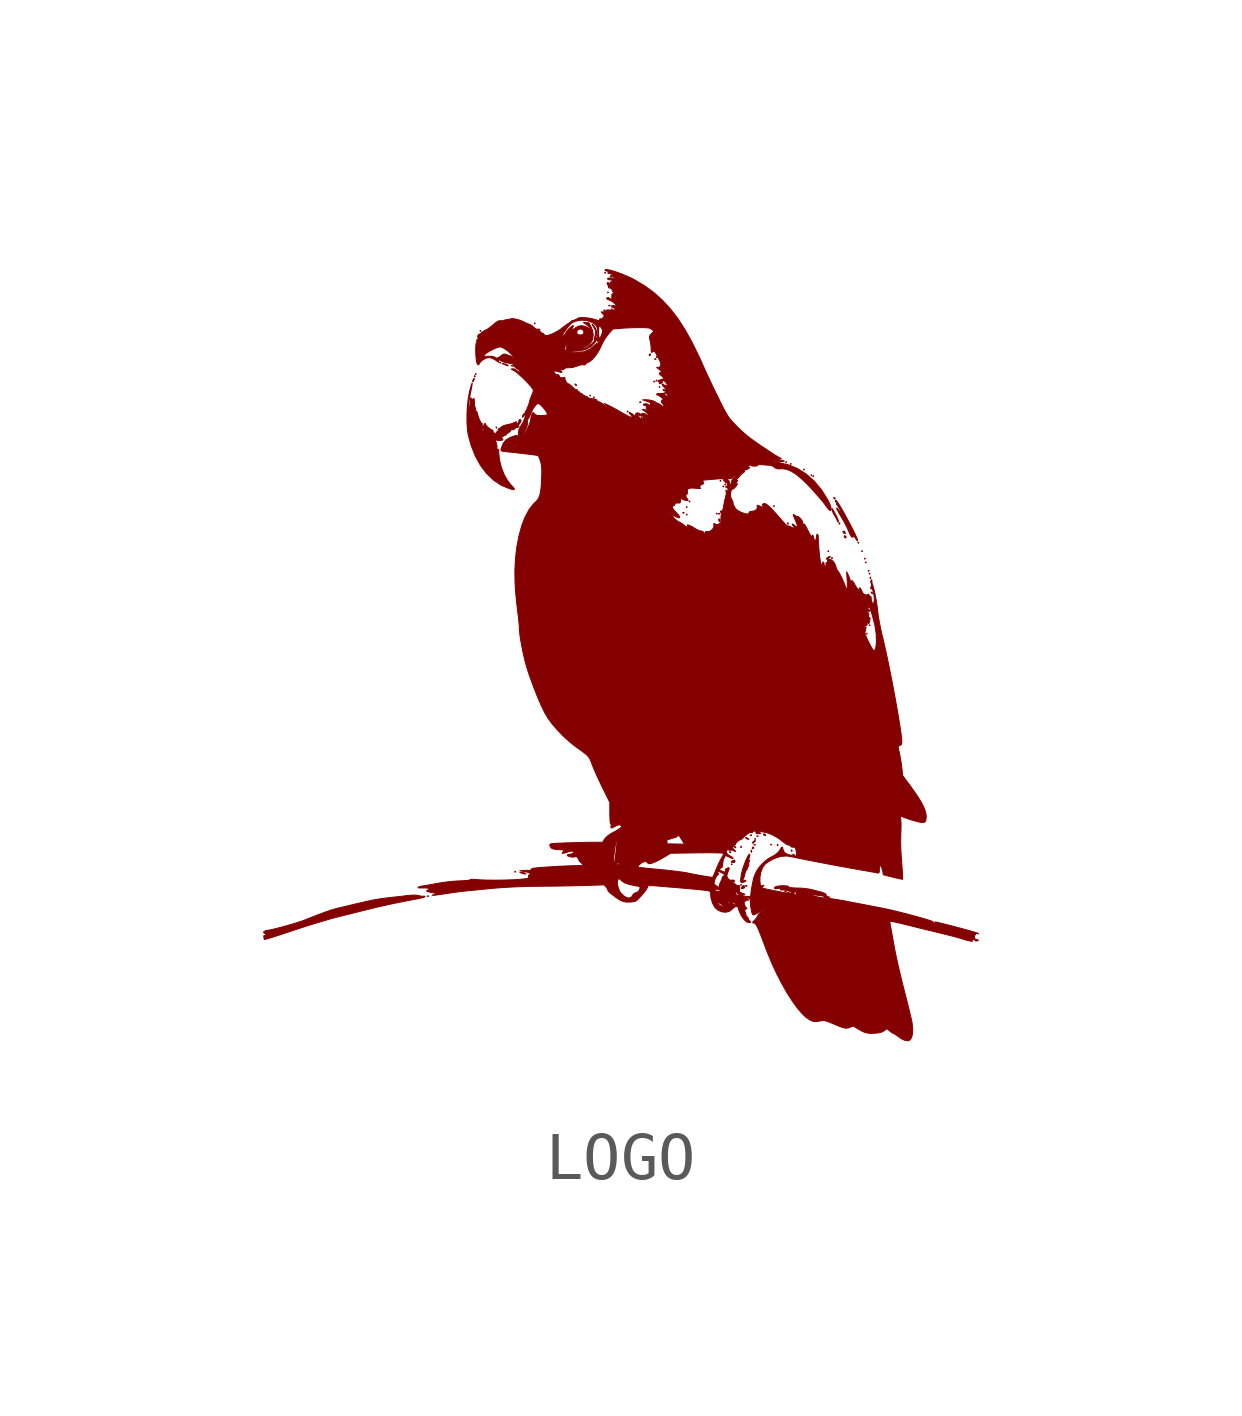
<source format=kicad_sym>
(kicad_symbol_lib
  (version 20220914)
  (generator "bitmap2component")
  (generator_version "8.0")
  (symbol "LOGO"
    (pin_names
      (offset 1.016))
    (property "Reference" "#G"
      (at 0 9.369 0)
      (effects (font (size 1.27 1.27)) hide))
    (symbol "LOGO_0_0"
      (polyline (pts (xy 5.882 -8.468) (xy 5.905 -8.445) (xy 5.926 -8.41) (xy 5.946 -8.331) (xy 5.95 -8.229) (xy 5.939 -8.113) (xy 5.938 -8.107) (xy 5.927 -8.05) (xy 5.907 -7.961) (xy 5.88 -7.848) (xy 5.848 -7.717) (xy 5.812 -7.574) (xy 5.773 -7.425) (xy 5.739 -7.29) (xy 5.696 -7.114) (xy 5.654 -6.936) (xy 5.616 -6.765) (xy 5.584 -6.612) (xy 5.56 -6.487) (xy 5.559 -6.478) (xy 5.537 -6.356) (xy 5.517 -6.245) (xy 5.5 -6.151) (xy 5.487 -6.081) (xy 5.479 -6.042) (xy 5.477 -6.031) (xy 5.473 -5.995) (xy 5.488 -5.985) (xy 5.532 -5.99) (xy 5.538 -5.992) (xy 5.588 -6.003) (xy 5.665 -6.02) (xy 5.759 -6.043) (xy 5.862 -6.068) (xy 5.887 -6.074) (xy 6.018 -6.107) (xy 6.13 -6.135) (xy 6.234 -6.16) (xy 6.342 -6.186) (xy 6.465 -6.216) (xy 6.614 -6.253) (xy 6.618 -6.254) (xy 6.724 -6.28) (xy 6.827 -6.307) (xy 6.915 -6.331) (xy 6.976 -6.349) (xy 7.045 -6.371) (xy 7.119 -6.39) (xy 7.171 -6.401) (xy 7.196 -6.401) (xy 7.19 -6.391) (xy 7.18 -6.383) (xy 7.181 -6.373) (xy 7.216 -6.37) (xy 7.251 -6.375) (xy 7.26 -6.387) (xy 7.263 -6.396) (xy 7.292 -6.394) (xy 7.318 -6.385) (xy 7.313 -6.376) (xy 7.274 -6.361) (xy 7.272 -6.361) (xy 7.225 -6.341) (xy 7.197 -6.325) (xy 7.195 -6.318) (xy 7.215 -6.322) (xy 7.239 -6.325) (xy 7.237 -6.303) (xy 7.234 -6.286) (xy 7.248 -6.272) (xy 7.256 -6.27) (xy 7.257 -6.25) (xy 7.258 -6.237) (xy 7.29 -6.241) (xy 7.3 -6.244) (xy 7.321 -6.247) (xy 7.307 -6.235) (xy 7.306 -6.235) (xy 7.277 -6.224) (xy 7.217 -6.205) (xy 7.133 -6.181) (xy 7.032 -6.153) (xy 6.92 -6.123) (xy 6.805 -6.092) (xy 6.694 -6.063) (xy 6.592 -6.038) (xy 6.508 -6.017) (xy 6.447 -6.003) (xy 6.416 -5.998) (xy 6.413 -6) (xy 6.418 -6.018) (xy 6.42 -6.027) (xy 6.4 -6.025) (xy 6.386 -6.018) (xy 6.378 -6) (xy 6.378 -5.999) (xy 6.359 -5.987) (xy 6.307 -5.968) (xy 6.228 -5.943) (xy 6.129 -5.914) (xy 6.013 -5.882) (xy 5.888 -5.848) (xy 5.756 -5.814) (xy 5.625 -5.781) (xy 5.499 -5.751) (xy 5.384 -5.725) (xy 5.285 -5.705) (xy 5.229 -5.694) (xy 5.084 -5.667) (xy 4.924 -5.636) (xy 4.764 -5.605) (xy 4.621 -5.578) (xy 4.519 -5.558) (xy 4.408 -5.539) (xy 4.314 -5.524) (xy 4.242 -5.513) (xy 4.201 -5.51) (xy 4.19 -5.51) (xy 4.121 -5.503) (xy 4.034 -5.49) (xy 3.944 -5.472) (xy 3.865 -5.452) (xy 3.81 -5.434) (xy 3.803 -5.43) (xy 3.782 -5.419) (xy 3.793 -5.418) (xy 3.839 -5.424) (xy 3.904 -5.434) (xy 4 -5.448) (xy 4.069 -5.456) (xy 4.087 -5.46) (xy 4.103 -5.475) (xy 4.104 -5.478) (xy 4.129 -5.486) (xy 4.176 -5.487) (xy 4.217 -5.485) (xy 4.224 -5.482) (xy 4.195 -5.476) (xy 4.158 -5.464) (xy 4.146 -5.437) (xy 4.144 -5.423) (xy 4.12 -5.405) (xy 4.07 -5.385) (xy 3.986 -5.361) (xy 3.881 -5.334) (xy 3.794 -5.314) (xy 3.713 -5.302) (xy 3.625 -5.295) (xy 3.513 -5.291) (xy 3.477 -5.29) (xy 3.413 -5.285) (xy 3.373 -5.279) (xy 3.364 -5.274) (xy 3.37 -5.268) (xy 3.359 -5.256) (xy 3.322 -5.248) (xy 3.266 -5.244) (xy 3.2 -5.246) (xy 3.18 -5.248) (xy 3.113 -5.258) (xy 3.078 -5.273) (xy 3.068 -5.297) (xy 3.068 -5.299) (xy 3.09 -5.308) (xy 3.139 -5.303) (xy 3.167 -5.298) (xy 3.196 -5.299) (xy 3.195 -5.314) (xy 3.195 -5.33) (xy 3.227 -5.333) (xy 3.246 -5.332) (xy 3.324 -5.341) (xy 3.419 -5.366) (xy 3.423 -5.368) (xy 3.438 -5.378) (xy 3.43 -5.384) (xy 3.469 -5.384) (xy 3.495 -5.373) (xy 3.507 -5.376) (xy 3.562 -5.376) (xy 3.583 -5.378) (xy 3.624 -5.393) (xy 3.646 -5.405) (xy 3.634 -5.41) (xy 3.617 -5.409) (xy 3.576 -5.393) (xy 3.568 -5.387) (xy 3.562 -5.376) (xy 3.507 -5.376) (xy 3.514 -5.378) (xy 3.53 -5.402) (xy 3.527 -5.416) (xy 3.506 -5.432) (xy 3.494 -5.428) (xy 3.471 -5.402) (xy 3.469 -5.384) (xy 3.43 -5.384) (xy 3.417 -5.393) (xy 3.413 -5.396) (xy 3.388 -5.399) (xy 3.347 -5.398) (xy 3.285 -5.39) (xy 3.198 -5.374) (xy 3.082 -5.351) (xy 2.932 -5.32) (xy 2.895 -5.312) (xy 2.838 -5.298) (xy 2.811 -5.287) (xy 2.809 -5.276) (xy 2.825 -5.261) (xy 2.845 -5.245) (xy 2.849 -5.236) (xy 2.818 -5.242) (xy 2.79 -5.244) (xy 2.773 -5.23) (xy 2.773 -5.225) (xy 2.77 -5.185) (xy 2.766 -5.13) (xy 2.767 -5.068) (xy 2.784 -4.967) (xy 2.819 -4.873) (xy 2.866 -4.803) (xy 2.908 -4.768) (xy 2.974 -4.725) (xy 3.047 -4.685) (xy 3.054 -4.682) (xy 3.187 -4.635) (xy 3.318 -4.623) (xy 3.458 -4.646) (xy 3.47 -4.649) (xy 3.531 -4.662) (xy 3.623 -4.681) (xy 3.741 -4.705) (xy 3.879 -4.732) (xy 4.031 -4.761) (xy 4.192 -4.792) (xy 4.355 -4.823) (xy 4.516 -4.852) (xy 4.668 -4.88) (xy 4.806 -4.904) (xy 4.9 -4.921) (xy 5.007 -4.939) (xy 5.098 -4.956) (xy 5.166 -4.968) (xy 5.202 -4.975) (xy 5.228 -4.98) (xy 5.247 -4.975) (xy 5.255 -4.948) (xy 5.256 -4.892) (xy 5.257 -4.854) (xy 5.26 -4.82) (xy 5.269 -4.816) (xy 5.286 -4.835) (xy 5.288 -4.838) (xy 5.311 -4.886) (xy 5.327 -4.945) (xy 5.338 -5.015) (xy 5.536 -5.066) (xy 5.599 -5.081) (xy 5.671 -5.097) (xy 5.721 -5.107) (xy 5.741 -5.109) (xy 5.742 -5.099) (xy 5.74 -5.055) (xy 5.737 -4.984) (xy 5.731 -4.891) (xy 5.723 -4.784) (xy 5.72 -4.744) (xy 5.71 -4.611) (xy 5.704 -4.502) (xy 5.701 -4.405) (xy 5.7 -4.307) (xy 5.702 -4.198) (xy 5.706 -4.064) (xy 5.707 -4.022) (xy 5.707 -3.939) (xy 5.703 -3.871) (xy 5.697 -3.832) (xy 5.691 -3.812) (xy 5.693 -3.794) (xy 5.718 -3.8) (xy 5.772 -3.822) (xy 5.857 -3.851) (xy 5.948 -3.88) (xy 6.034 -3.904) (xy 6.105 -3.921) (xy 6.149 -3.927) (xy 6.174 -3.926) (xy 6.208 -3.913) (xy 6.225 -3.877) (xy 6.227 -3.868) (xy 6.233 -3.792) (xy 6.218 -3.705) (xy 6.18 -3.604) (xy 6.119 -3.487) (xy 6.032 -3.35) (xy 5.919 -3.189) (xy 5.742 -2.949) (xy 5.723 -2.779) (xy 5.721 -2.765) (xy 5.708 -2.666) (xy 5.691 -2.566) (xy 5.675 -2.485) (xy 5.658 -2.41) (xy 5.65 -2.363) (xy 5.651 -2.338) (xy 5.663 -2.326) (xy 5.686 -2.32) (xy 5.714 -2.3) (xy 5.724 -2.254) (xy 5.724 -2.239) (xy 5.718 -2.162) (xy 5.704 -2.052) (xy 5.684 -1.915) (xy 5.658 -1.755) (xy 5.628 -1.577) (xy 5.594 -1.385) (xy 5.557 -1.185) (xy 5.519 -0.981) (xy 5.478 -0.778) (xy 5.438 -0.58) (xy 5.398 -0.392) (xy 5.36 -0.22) (xy 5.324 -0.067) (xy 5.309 -0.007) (xy 5.278 0.135) (xy 5.251 0.273) (xy 5.231 0.395) (xy 5.219 0.49) (xy 5.213 0.549) (xy 5.197 0.661) (xy 5.176 0.779) (xy 5.152 0.892) (xy 5.128 0.987) (xy 5.106 1.055) (xy 5.101 1.069) (xy 5.097 1.114) (xy 5.098 1.118) (xy 5.097 1.133) (xy 5.082 1.114) (xy 5.074 1.097) (xy 5.084 1.06) (xy 5.095 1.033) (xy 5.084 0.987) (xy 5.078 0.973) (xy 5.072 0.949) (xy 5.088 0.95) (xy 5.09 0.95) (xy 5.108 0.935) (xy 5.125 0.893) (xy 5.139 0.834) (xy 5.148 0.769) (xy 5.15 0.709) (xy 5.143 0.665) (xy 5.125 0.617) (xy 5.103 0.659) (xy 5.09 0.692) (xy 5.085 0.746) (xy 5.083 0.774) (xy 5.061 0.792) (xy 5.047 0.795) (xy 5.036 0.817) (xy 5.037 0.819) (xy 5.032 0.832) (xy 5.002 0.821) (xy 4.973 0.809) (xy 4.963 0.821) (xy 4.961 0.829) (xy 4.942 0.83) (xy 4.936 0.829) (xy 4.914 0.85) (xy 4.891 0.896) (xy 4.881 0.919) (xy 4.859 0.956) (xy 4.843 0.965) (xy 4.837 0.96) (xy 4.838 0.934) (xy 4.841 0.924) (xy 4.824 0.922) (xy 4.816 0.926) (xy 4.788 0.958) (xy 4.758 1.007) (xy 4.723 1.071) (xy 4.694 1.11) (xy 4.675 1.115) (xy 4.664 1.089) (xy 4.659 1.067) (xy 4.655 1.063) (xy 4.653 1.095) (xy 4.652 1.107) (xy 4.637 1.162) (xy 4.612 1.222) (xy 4.573 1.299) (xy 4.585 1.131) (xy 4.589 1.038) (xy 4.586 0.967) (xy 4.573 0.926) (xy 4.561 0.908) (xy 4.554 0.9) (xy 4.561 0.926) (xy 4.559 0.953) (xy 4.542 1.007) (xy 4.515 1.077) (xy 4.481 1.154) (xy 4.445 1.227) (xy 4.412 1.286) (xy 4.385 1.323) (xy 4.383 1.325) (xy 4.362 1.364) (xy 4.346 1.417) (xy 4.343 1.43) (xy 4.32 1.479) (xy 4.285 1.523) (xy 4.248 1.55) (xy 4.218 1.552) (xy 4.21 1.55) (xy 4.201 1.57) (xy 4.203 1.583) (xy 4.225 1.609) (xy 4.234 1.614) (xy 4.229 1.62) (xy 4.208 1.615) (xy 4.17 1.593) (xy 4.151 1.573) (xy 4.157 1.564) (xy 4.173 1.549) (xy 4.181 1.509) (xy 4.181 1.492) (xy 4.176 1.475) (xy 4.24 1.475) (xy 4.25 1.485) (xy 4.259 1.475) (xy 4.25 1.465) (xy 4.24 1.475) (xy 4.176 1.475) (xy 4.175 1.472) (xy 4.162 1.485) (xy 4.154 1.494) (xy 4.145 1.49) (xy 4.143 1.45) (xy 4.142 1.444) (xy 4.136 1.405) (xy 4.123 1.397) (xy 4.11 1.415) (xy 4.103 1.457) (xy 4.101 1.482) (xy 4.087 1.503) (xy 4.071 1.492) (xy 4.063 1.451) (xy 4.062 1.439) (xy 4.06 1.415) (xy 4.053 1.423) (xy 4.036 1.465) (xy 4.034 1.473) (xy 4.024 1.524) (xy 4.013 1.601) (xy 4.003 1.695) (xy 3.994 1.795) (xy 3.986 1.892) (xy 3.982 1.976) (xy 3.982 2.037) (xy 3.98 2.055) (xy 3.965 2.082) (xy 3.952 2.074) (xy 3.946 2.038) (xy 3.942 1.995) (xy 3.929 1.956) (xy 3.925 1.951) (xy 3.911 1.946) (xy 3.896 1.976) (xy 3.886 2.008) (xy 3.879 2.035) (xy 3.873 2.055) (xy 3.858 2.062) (xy 3.849 2.04) (xy 3.848 2.027) (xy 3.845 2.022) (xy 3.834 2.034) (xy 3.815 2.067) (xy 3.784 2.125) (xy 3.739 2.215) (xy 3.721 2.247) (xy 3.695 2.288) (xy 3.681 2.298) (xy 3.683 2.275) (xy 3.703 2.219) (xy 3.709 2.203) (xy 3.725 2.155) (xy 3.728 2.126) (xy 3.728 2.126) (xy 3.718 2.133) (xy 3.701 2.169) (xy 3.678 2.227) (xy 3.678 2.228) (xy 3.659 2.286) (xy 3.652 2.323) (xy 3.658 2.332) (xy 3.662 2.332) (xy 3.653 2.351) (xy 3.626 2.39) (xy 3.608 2.412) (xy 3.574 2.443) (xy 3.553 2.45) (xy 3.531 2.451) (xy 3.496 2.473) (xy 3.481 2.485) (xy 3.464 2.494) (xy 3.462 2.479) (xy 3.478 2.436) (xy 3.51 2.361) (xy 3.521 2.336) (xy 3.545 2.27) (xy 3.547 2.237) (xy 3.528 2.235) (xy 3.488 2.267) (xy 3.48 2.273) (xy 3.451 2.293) (xy 3.439 2.291) (xy 3.439 2.284) (xy 3.458 2.257) (xy 3.468 2.247) (xy 3.478 2.212) (xy 3.475 2.195) (xy 3.463 2.2) (xy 3.441 2.219) (xy 3.394 2.244) (xy 3.348 2.256) (xy 3.338 2.258) (xy 3.322 2.268) (xy 3.298 2.289) (xy 3.262 2.328) (xy 3.209 2.387) (xy 3.136 2.471) (xy 3.052 2.566) (xy 2.978 2.643) (xy 2.922 2.692) (xy 2.881 2.717) (xy 2.851 2.721) (xy 2.83 2.714) (xy 2.815 2.693) (xy 2.837 2.661) (xy 2.846 2.651) (xy 2.85 2.639) (xy 2.825 2.644) (xy 2.769 2.666) (xy 2.752 2.673) (xy 2.717 2.686) (xy 2.706 2.68) (xy 2.711 2.654) (xy 2.713 2.644) (xy 2.7 2.601) (xy 2.659 2.571) (xy 2.595 2.559) (xy 2.557 2.554) (xy 2.54 2.53) (xy 2.535 2.515) (xy 2.506 2.502) (xy 2.474 2.506) (xy 2.404 2.527) (xy 2.334 2.558) (xy 2.283 2.592) (xy 2.27 2.605) (xy 2.235 2.653) (xy 2.211 2.704) (xy 2.205 2.743) (xy 2.2 2.766) (xy 2.179 2.805) (xy 2.162 2.842) (xy 2.152 2.921) (xy 2.169 2.999) (xy 2.18 3.02) (xy 2.187 3.021) (xy 2.188 3.018) (xy 2.204 3.021) (xy 2.233 3.043) (xy 2.264 3.076) (xy 2.288 3.111) (xy 2.291 3.116) (xy 2.296 3.136) (xy 2.272 3.132) (xy 2.253 3.126) (xy 2.251 3.133) (xy 2.274 3.162) (xy 2.298 3.19) (xy 2.299 3.203) (xy 2.274 3.207) (xy 2.253 3.21) (xy 2.267 3.217) (xy 2.269 3.218) (xy 2.301 3.241) (xy 2.335 3.282) (xy 2.335 3.283) (xy 2.375 3.33) (xy 2.418 3.363) (xy 2.422 3.365) (xy 2.447 3.386) (xy 2.438 3.403) (xy 2.428 3.415) (xy 2.452 3.42) (xy 2.483 3.426) (xy 2.529 3.449) (xy 2.549 3.465) (xy 2.555 3.476) (xy 2.53 3.478) (xy 2.513 3.48) (xy 2.509 3.492) (xy 2.533 3.509) (xy 2.579 3.526) (xy 2.59 3.529) (xy 2.611 3.531) (xy 2.599 3.519) (xy 2.59 3.51) (xy 2.604 3.502) (xy 2.653 3.501) (xy 2.672 3.502) (xy 2.714 3.509) (xy 2.723 3.522) (xy 2.724 3.529) (xy 2.757 3.534) (xy 2.825 3.53) (xy 2.876 3.525) (xy 2.94 3.52) (xy 2.982 3.518) (xy 3.023 3.506) (xy 3.07 3.476) (xy 3.095 3.457) (xy 3.14 3.443) (xy 3.204 3.445) (xy 3.242 3.446) (xy 3.327 3.433) (xy 3.42 3.394) (xy 3.522 3.329) (xy 3.635 3.236) (xy 3.762 3.114) (xy 3.904 2.961) (xy 4.064 2.776) (xy 4.09 2.744) (xy 4.127 2.695) (xy 4.149 2.663) (xy 4.167 2.638) (xy 4.201 2.598) (xy 4.221 2.579) (xy 4.237 2.576) (xy 4.247 2.605) (xy 4.248 2.626) (xy 4.233 2.686) (xy 4.198 2.765) (xy 4.181 2.797) (xy 4.048 3.009) (xy 3.897 3.189) (xy 3.728 3.338) (xy 3.544 3.453) (xy 3.346 3.533) (xy 3.136 3.576) (xy 3.019 3.59) (xy 3.154 3.592) (xy 3.182 3.593) (xy 3.246 3.597) (xy 3.272 3.604) (xy 3.26 3.613) (xy 3.21 3.623) (xy 3.123 3.633) (xy 2.98 3.648) (xy 3.097 3.651) (xy 3.214 3.654) (xy 3.135 3.7) (xy 3.103 3.718) (xy 3.041 3.758) (xy 2.958 3.812) (xy 2.864 3.875) (xy 2.763 3.942) (xy 2.756 3.947) (xy 2.612 4.048) (xy 2.492 4.14) (xy 2.386 4.232) (xy 2.285 4.331) (xy 2.275 4.341) (xy 2.217 4.402) (xy 2.17 4.453) (xy 2.13 4.502) (xy 2.094 4.554) (xy 2.057 4.616) (xy 2.014 4.694) (xy 1.963 4.795) (xy 1.899 4.924) (xy 1.891 4.941) (xy 1.823 5.079) (xy 1.754 5.224) (xy 1.687 5.366) (xy 1.628 5.494) (xy 1.582 5.598) (xy 1.499 5.782) (xy 1.353 6.081) (xy 1.206 6.345) (xy 1.055 6.578) (xy 0.897 6.783) (xy 0.73 6.963) (xy 0.552 7.122) (xy 0.36 7.261) (xy 0.152 7.385) (xy 0.09 7.417) (xy -0.005 7.46) (xy -0.103 7.501) (xy -0.2 7.537) (xy -0.29 7.567) (xy -0.366 7.588) (xy -0.424 7.599) (xy -0.457 7.598) (xy -0.46 7.583) (xy -0.46 7.582) (xy -0.432 7.567) (xy -0.385 7.559) (xy -0.346 7.557) (xy -0.341 7.553) (xy -0.371 7.544) (xy -0.394 7.537) (xy -0.406 7.528) (xy -0.384 7.516) (xy -0.382 7.516) (xy -0.247 7.516) (xy -0.245 7.518) (xy -0.221 7.516) (xy -0.218 7.51) (xy -0.234 7.503) (xy -0.245 7.504) (xy -0.247 7.516) (xy -0.382 7.516) (xy -0.362 7.511) (xy -0.332 7.513) (xy -0.325 7.515) (xy -0.303 7.503) (xy -0.3 7.494) (xy -0.314 7.488) (xy -0.325 7.487) (xy -0.347 7.465) (xy -0.349 7.45) (xy -0.329 7.449) (xy -0.298 7.449) (xy -0.253 7.433) (xy -0.234 7.422) (xy -0.228 7.413) (xy -0.251 7.413) (xy -0.308 7.418) (xy -0.344 7.422) (xy -0.394 7.42) (xy -0.41 7.408) (xy -0.406 7.397) (xy -0.375 7.383) (xy -0.327 7.383) (xy -0.32 7.38) (xy -0.313 7.355) (xy -0.316 7.34) (xy -0.335 7.339) (xy -0.349 7.342) (xy -0.346 7.32) (xy -0.342 7.302) (xy -0.352 7.288) (xy -0.357 7.288) (xy -0.371 7.307) (xy -0.375 7.316) (xy -0.401 7.327) (xy -0.411 7.326) (xy -0.421 7.315) (xy -0.407 7.283) (xy -0.392 7.251) (xy -0.387 7.224) (xy -0.382 7.216) (xy -0.352 7.21) (xy -0.326 7.203) (xy -0.313 7.171) (xy -0.307 7.147) (xy -0.278 7.13) (xy -0.278 7.13) (xy -0.257 7.127) (xy -0.274 7.117) (xy -0.287 7.111) (xy -0.319 7.077) (xy -0.32 7.021) (xy -0.321 6.988) (xy -0.338 6.975) (xy -0.361 6.995) (xy -0.386 7.012) (xy -0.415 7.012) (xy -0.43 6.995) (xy -0.415 6.978) (xy -0.376 6.963) (xy -0.366 6.96) (xy -0.315 6.933) (xy -0.264 6.892) (xy -0.205 6.835) (xy -0.269 6.845) (xy -0.3 6.847) (xy -0.329 6.84) (xy -0.322 6.821) (xy -0.278 6.797) (xy -0.247 6.783) (xy -0.24 6.772) (xy -0.264 6.76) (xy -0.267 6.759) (xy -0.315 6.752) (xy -0.373 6.754) (xy -0.397 6.757) (xy -0.437 6.753) (xy -0.456 6.732) (xy -0.473 6.71) (xy -0.513 6.712) (xy -0.525 6.716) (xy -0.541 6.716) (xy -0.532 6.7) (xy -0.498 6.662) (xy -0.479 6.64) (xy -0.462 6.613) (xy -0.474 6.61) (xy -0.496 6.613) (xy -0.508 6.591) (xy -0.514 6.572) (xy -0.546 6.57) (xy -0.572 6.571) (xy -0.572 6.55) (xy -0.571 6.547) (xy -0.571 6.528) (xy -0.597 6.534) (xy -0.62 6.542) (xy -0.711 6.568) (xy -0.805 6.587) (xy -0.894 6.596) (xy -0.97 6.596) (xy -1.025 6.586) (xy -1.051 6.566) (xy -1.055 6.56) (xy -1.076 6.556) (xy -1.083 6.559) (xy -1.094 6.545) (xy -1.096 6.537) (xy -1.116 6.537) (xy -1.125 6.541) (xy -1.15 6.532) (xy -1.154 6.528) (xy -1.185 6.503) (xy -1.231 6.472) (xy -1.236 6.468) (xy -1.299 6.425) (xy -1.357 6.379) (xy -1.379 6.361) (xy -1.446 6.317) (xy -1.521 6.277) (xy -1.595 6.244) (xy -1.657 6.224) (xy -1.698 6.222) (xy -1.723 6.234) (xy -1.739 6.254) (xy -1.742 6.262) (xy -1.768 6.272) (xy -1.782 6.274) (xy -1.798 6.291) (xy -1.803 6.302) (xy -1.832 6.312) (xy -1.848 6.315) (xy -1.841 6.324) (xy -1.841 6.324) (xy -1.817 6.342) (xy -1.827 6.355) (xy -1.863 6.355) (xy -1.905 6.359) (xy -1.948 6.396) (xy -1.99 6.434) (xy -2.044 6.459) (xy -2.091 6.475) (xy -2.141 6.5) (xy -2.187 6.523) (xy -2.253 6.547) (xy -2.322 6.565) (xy -2.382 6.575) (xy -2.42 6.573) (xy -2.449 6.564) (xy -2.501 6.555) (xy -2.537 6.55) (xy -2.584 6.536) (xy -2.605 6.53) (xy -2.646 6.532) (xy -2.68 6.528) (xy -2.735 6.496) (xy -2.806 6.438) (xy -2.838 6.41) (xy -2.907 6.359) (xy -2.978 6.32) (xy -2.992 6.313) (xy -3.032 6.288) (xy -3.048 6.27) (xy -3.05 6.262) (xy -3.075 6.252) (xy -3.083 6.251) (xy -3.108 6.231) (xy -3.118 6.199) (xy -3.113 6.189) (xy -1.371 6.189) (xy -1.341 6.247) (xy -1.321 6.281) (xy -1.28 6.34) (xy -1.234 6.403) (xy -1.231 6.407) (xy -1.177 6.466) (xy -1.127 6.502) (xy -1.068 6.523) (xy -0.954 6.543) (xy -0.844 6.537) (xy -0.742 6.501) (xy -0.704 6.48) (xy -0.644 6.427) (xy -0.615 6.358) (xy -0.613 6.297) (xy -0.596 6.297) (xy -0.594 6.363) (xy -0.589 6.41) (xy -0.582 6.428) (xy -0.582 6.428) (xy -0.562 6.413) (xy -0.534 6.378) (xy -0.529 6.369) (xy -0.513 6.335) (xy -0.513 6.3) (xy -0.53 6.247) (xy -0.547 6.205) (xy -0.569 6.169) (xy -0.584 6.171) (xy -0.593 6.212) (xy -0.596 6.291) (xy -0.596 6.297) (xy -0.613 6.297) (xy -0.612 6.266) (xy -0.615 6.24) (xy -0.627 6.187) (xy -0.655 6.139) (xy -0.706 6.083) (xy -0.748 6.043) (xy -0.806 5.996) (xy -0.854 5.967) (xy -0.856 5.966) (xy -0.922 5.948) (xy -0.991 5.942) (xy -1.026 5.943) (xy -1.042 5.946) (xy -1.025 5.951) (xy -0.971 5.96) (xy -0.88 5.984) (xy -0.801 6.03) (xy -0.74 6.102) (xy -0.721 6.146) (xy -0.708 6.232) (xy -0.719 6.323) (xy -0.754 6.403) (xy -0.756 6.407) (xy -0.779 6.447) (xy -0.786 6.472) (xy -0.786 6.478) (xy -0.806 6.488) (xy -0.831 6.49) (xy -0.879 6.495) (xy -0.901 6.497) (xy -0.913 6.494) (xy -0.891 6.479) (xy -0.832 6.439) (xy -0.78 6.392) (xy -0.763 6.353) (xy -0.766 6.337) (xy -0.775 6.346) (xy -0.789 6.365) (xy -0.835 6.396) (xy -0.897 6.419) (xy -0.959 6.428) (xy -1.022 6.415) (xy -1.087 6.378) (xy -1.102 6.367) (xy -1.14 6.346) (xy -1.153 6.355) (xy -1.15 6.369) (xy -1.129 6.405) (xy -1.116 6.422) (xy -1.13 6.428) (xy -1.141 6.425) (xy -1.173 6.402) (xy -1.213 6.365) (xy -1.25 6.324) (xy -1.262 6.307) (xy -1.05 6.307) (xy -1.024 6.344) (xy -0.977 6.36) (xy -0.933 6.347) (xy -0.905 6.311) (xy -0.905 6.265) (xy -0.926 6.243) (xy -0.977 6.233) (xy -1.02 6.239) (xy -1.049 6.265) (xy -1.05 6.307) (xy -1.262 6.307) (xy -1.276 6.289) (xy -1.28 6.269) (xy -1.28 6.269) (xy -1.291 6.253) (xy -1.322 6.226) (xy -1.371 6.189) (xy -3.113 6.189) (xy -3.106 6.173) (xy -3.097 6.163) (xy -3.116 6.148) (xy -3.131 6.138) (xy -3.135 6.115) (xy -3.132 6.101) (xy -3.144 6.069) (xy -3.147 6.063) (xy -3.154 6.023) (xy -3.157 5.958) (xy -3.157 5.878) (xy -3.153 5.799) (xy -2.989 5.799) (xy -2.978 5.819) (xy -2.939 5.853) (xy -2.88 5.891) (xy -2.811 5.928) (xy -2.741 5.96) (xy -2.681 5.98) (xy -2.638 5.985) (xy -2.623 5.981) (xy -2.572 5.958) (xy -2.526 5.928) (xy -1.355 5.928) (xy -1.333 5.934) (xy -1.313 5.94) (xy -1.294 5.963) (xy -1.29 6.013) (xy -1.289 6.024) (xy -1.284 6.062) (xy -1.274 6.066) (xy -1.265 6.04) (xy -1.259 5.987) (xy -1.259 5.986) (xy -1.261 5.942) (xy -1.277 5.924) (xy -1.317 5.923) (xy -1.341 5.924) (xy -1.355 5.928) (xy -2.526 5.928) (xy -2.514 5.92) (xy -2.457 5.875) (xy -2.453 5.871) (xy -1.27 5.871) (xy -1.26 5.881) (xy -1.252 5.873) (xy -1.197 5.873) (xy -1.197 5.881) (xy -1.167 5.889) (xy -1.112 5.895) (xy -1.034 5.899) (xy -0.972 5.904) (xy -0.854 5.938) (xy -0.751 5.997) (xy -0.674 6.077) (xy -0.647 6.114) (xy -0.618 6.148) (xy -0.607 6.151) (xy -0.614 6.122) (xy -0.618 6.112) (xy -0.617 6.101) (xy -0.593 6.118) (xy -0.577 6.13) (xy -0.569 6.131) (xy -0.584 6.101) (xy -0.603 6.073) (xy -0.621 6.062) (xy -0.632 6.058) (xy -0.665 6.034) (xy -0.709 5.994) (xy -0.772 5.943) (xy -0.884 5.891) (xy -0.935 5.88) (xy -1.026 5.868) (xy -1.114 5.865) (xy -1.165 5.867) (xy -1.197 5.873) (xy -1.252 5.873) (xy -1.25 5.871) (xy -1.26 5.862) (xy -1.27 5.871) (xy -2.453 5.871) (xy -2.409 5.829) (xy -2.379 5.789) (xy -2.374 5.763) (xy -2.377 5.747) (xy -2.363 5.714) (xy -2.352 5.698) (xy -2.35 5.686) (xy -2.372 5.7) (xy -2.393 5.734) (xy -2.399 5.767) (xy -2.4 5.779) (xy -2.423 5.795) (xy -2.459 5.803) (xy -2.507 5.823) (xy -2.548 5.837) (xy -2.588 5.831) (xy -2.642 5.791) (xy -2.685 5.763) (xy -2.712 5.752) (xy -2.733 5.756) (xy -2.756 5.77) (xy -2.81 5.79) (xy -2.894 5.791) (xy -2.927 5.789) (xy -2.972 5.791) (xy -2.989 5.799) (xy -3.153 5.799) (xy -3.153 5.795) (xy -3.145 5.719) (xy -3.135 5.66) (xy -3.135 5.66) (xy -3.117 5.617) (xy -3.097 5.611) (xy -3.079 5.642) (xy -3.052 5.681) (xy -3 5.721) (xy -2.938 5.752) (xy -2.88 5.764) (xy -2.864 5.762) (xy -2.807 5.745) (xy -2.748 5.713) (xy -2.673 5.662) (xy -2.686 5.708) (xy -2.691 5.734) (xy -2.682 5.73) (xy -2.646 5.702) (xy -2.583 5.674) (xy -2.508 5.652) (xy -2.432 5.642) (xy -2.382 5.639) (xy -2.351 5.633) (xy -2.354 5.624) (xy -2.389 5.608) (xy -2.414 5.598) (xy -2.42 5.591) (xy -2.39 5.589) (xy -2.364 5.585) (xy -2.341 5.573) (xy -2.339 5.569) (xy -2.313 5.544) (xy -2.27 5.512) (xy -2.255 5.501) (xy -2.223 5.473) (xy -2.22 5.468) (xy -1.542 5.468) (xy -1.522 5.48) (xy -1.488 5.483) (xy -1.438 5.471) (xy -1.411 5.462) (xy -1.369 5.452) (xy -1.358 5.458) (xy -1.379 5.48) (xy -1.4 5.497) (xy -1.4 5.507) (xy -1.364 5.509) (xy -1.328 5.516) (xy -1.305 5.533) (xy -1.301 5.538) (xy -1.268 5.55) (xy -1.209 5.552) (xy -1.131 5.559) (xy -1.045 5.586) (xy -1.04 5.588) (xy -0.972 5.61) (xy -0.912 5.614) (xy -0.912 5.613) (xy -0.874 5.612) (xy -0.867 5.623) (xy -0.864 5.638) (xy -0.834 5.654) (xy -0.795 5.671) (xy -0.729 5.722) (xy -0.661 5.799) (xy -0.598 5.892) (xy -0.547 5.995) (xy -0.532 6.03) (xy -0.466 6.152) (xy -0.391 6.253) (xy -0.299 6.358) (xy -0.145 6.372) (xy -0.091 6.376) (xy 0.012 6.382) (xy 0.127 6.386) (xy 0.237 6.388) (xy 0.337 6.388) (xy 0.407 6.385) (xy 0.454 6.379) (xy 0.486 6.368) (xy 0.511 6.351) (xy 0.557 6.313) (xy 0.505 6.261) (xy 0.479 6.233) (xy 0.465 6.205) (xy 0.466 6.168) (xy 0.479 6.109) (xy 0.486 6.073) (xy 0.497 6.003) (xy 0.5 5.949) (xy 0.499 5.941) (xy 0.501 5.89) (xy 0.511 5.869) (xy 0.528 5.883) (xy 0.529 5.883) (xy 0.547 5.898) (xy 0.575 5.882) (xy 0.592 5.865) (xy 0.606 5.839) (xy 0.608 5.83) (xy 0.625 5.794) (xy 0.655 5.744) (xy 0.667 5.722) (xy 0.693 5.665) (xy 0.703 5.62) (xy 0.693 5.583) (xy 0.661 5.557) (xy 0.619 5.56) (xy 0.614 5.559) (xy 0.635 5.541) (xy 0.642 5.536) (xy 0.692 5.496) (xy 0.708 5.481) (xy 0.782 5.481) (xy 0.791 5.49) (xy 0.801 5.481) (xy 0.791 5.471) (xy 0.782 5.481) (xy 0.708 5.481) (xy 0.716 5.473) (xy 0.716 5.461) (xy 0.698 5.455) (xy 0.669 5.442) (xy 0.672 5.418) (xy 0.713 5.385) (xy 0.728 5.374) (xy 0.758 5.342) (xy 0.75 5.318) (xy 0.703 5.302) (xy 0.68 5.295) (xy 0.65 5.279) (xy 0.643 5.263) (xy 0.665 5.256) (xy 0.673 5.254) (xy 0.674 5.236) (xy 0.67 5.223) (xy 0.686 5.218) (xy 0.721 5.234) (xy 0.732 5.246) (xy 0.734 5.273) (xy 0.728 5.29) (xy 0.74 5.295) (xy 0.767 5.281) (xy 0.8 5.252) (xy 0.806 5.245) (xy 0.831 5.208) (xy 0.841 5.179) (xy 0.835 5.166) (xy 0.811 5.178) (xy 0.793 5.189) (xy 0.781 5.185) (xy 0.778 5.18) (xy 0.763 5.197) (xy 0.75 5.21) (xy 0.729 5.21) (xy 0.727 5.207) (xy 0.735 5.182) (xy 0.766 5.149) (xy 0.781 5.135) (xy 0.805 5.103) (xy 0.8 5.088) (xy 0.767 5.094) (xy 0.749 5.098) (xy 0.75 5.083) (xy 0.767 5.07) (xy 0.807 5.06) (xy 0.831 5.059) (xy 0.83 5.051) (xy 0.795 5.032) (xy 0.748 5.016) (xy 0.685 5.014) (xy 0.646 5.016) (xy 0.615 5.001) (xy 0.611 4.992) (xy 0.782 4.992) (xy 0.783 5.005) (xy 0.799 5.021) (xy 0.812 5.017) (xy 0.84 4.992) (xy 0.846 4.985) (xy 0.851 4.967) (xy 0.823 4.963) (xy 0.798 4.968) (xy 0.782 4.992) (xy 0.611 4.992) (xy 0.61 4.989) (xy 0.618 4.988) (xy 0.635 4.985) (xy 0.674 4.962) (xy 0.724 4.923) (xy 0.762 4.887) (xy 0.787 4.857) (xy 0.788 4.846) (xy 0.779 4.847) (xy 0.756 4.87) (xy 0.745 4.885) (xy 0.722 4.87) (xy 0.712 4.858) (xy 0.712 4.836) (xy 0.821 4.836) (xy 0.83 4.846) (xy 0.84 4.836) (xy 0.83 4.826) (xy 0.821 4.836) (xy 0.712 4.836) (xy 0.712 4.835) (xy 0.74 4.799) (xy 0.742 4.797) (xy 0.768 4.76) (xy 0.765 4.742) (xy 0.739 4.747) (xy 0.695 4.778) (xy 0.686 4.785) (xy 0.647 4.81) (xy 0.623 4.815) (xy 0.618 4.812) (xy 0.606 4.821) (xy 0.604 4.827) (xy 0.575 4.847) (xy 0.524 4.865) (xy 0.461 4.879) (xy 0.399 4.884) (xy 0.322 4.883) (xy 0.401 4.855) (xy 0.421 4.848) (xy 0.464 4.832) (xy 0.484 4.826) (xy 0.484 4.826) (xy 0.489 4.81) (xy 0.486 4.782) (xy 0.482 4.775) (xy 0.554 4.775) (xy 0.566 4.787) (xy 0.571 4.786) (xy 0.586 4.767) (xy 0.586 4.763) (xy 0.578 4.748) (xy 0.574 4.749) (xy 0.557 4.767) (xy 0.554 4.775) (xy 0.482 4.775) (xy 0.478 4.767) (xy 0.465 4.772) (xy 0.432 4.79) (xy 0.405 4.8) (xy 0.36 4.799) (xy 0.355 4.797) (xy 0.336 4.783) (xy 0.351 4.768) (xy 0.367 4.761) (xy 0.397 4.761) (xy 0.405 4.759) (xy 0.402 4.738) (xy 0.606 4.738) (xy 0.616 4.748) (xy 0.625 4.738) (xy 0.616 4.728) (xy 0.606 4.738) (xy 0.402 4.738) (xy 0.401 4.731) (xy 0.397 4.705) (xy 0.409 4.689) (xy 0.415 4.688) (xy 0.43 4.669) (xy 0.423 4.659) (xy 0.39 4.67) (xy 0.36 4.681) (xy 0.326 4.682) (xy 0.313 4.676) (xy 0.327 4.671) (xy 0.344 4.663) (xy 0.381 4.636) (xy 0.422 4.6) (xy 0.455 4.566) (xy 0.469 4.544) (xy 0.467 4.543) (xy 0.443 4.552) (xy 0.4 4.575) (xy 0.37 4.591) (xy 0.331 4.603) (xy 0.304 4.593) (xy 0.286 4.582) (xy 0.264 4.59) (xy 0.252 4.602) (xy 0.214 4.611) (xy 0.205 4.611) (xy 0.176 4.592) (xy 0.176 4.577) (xy 0.216 4.577) (xy 0.221 4.587) (xy 0.241 4.569) (xy 0.266 4.548) (xy 0.301 4.557) (xy 0.326 4.567) (xy 0.324 4.555) (xy 0.322 4.542) (xy 0.346 4.531) (xy 0.346 4.531) (xy 0.368 4.528) (xy 0.352 4.519) (xy 0.338 4.512) (xy 0.31 4.489) (xy 0.307 4.486) (xy 0.284 4.491) (xy 0.253 4.515) (xy 0.227 4.547) (xy 0.216 4.577) (xy 0.176 4.577) (xy 0.174 4.545) (xy 0.173 4.543) (xy 0.153 4.552) (xy 0.116 4.58) (xy 0.1 4.592) (xy 0.062 4.616) (xy 0.042 4.62) (xy 0.041 4.607) (xy 0.064 4.583) (xy 0.084 4.564) (xy 0.098 4.536) (xy 0.098 4.535) (xy 0.096 4.523) (xy 0.086 4.518) (xy 0.065 4.523) (xy 0.028 4.54) (xy -0.03 4.57) (xy -0.112 4.616) (xy -0.224 4.68) (xy -0.235 4.686) (xy -0.308 4.726) (xy -0.374 4.76) (xy -0.42 4.782) (xy -0.479 4.806) (xy -0.425 4.758) (xy -0.417 4.751) (xy -0.384 4.718) (xy -0.371 4.698) (xy -0.377 4.697) (xy -0.402 4.712) (xy -0.449 4.748) (xy -0.522 4.807) (xy -0.55 4.824) (xy -0.597 4.846) (xy -0.629 4.863) (xy -0.638 4.88) (xy -0.644 4.89) (xy -0.676 4.899) (xy -0.724 4.904) (xy -0.772 4.91) (xy -0.795 4.916) (xy -0.801 4.924) (xy -0.802 4.926) (xy -0.825 4.941) (xy -0.869 4.96) (xy -0.88 4.964) (xy -0.921 4.985) (xy -0.938 5.003) (xy -0.941 5.011) (xy -0.967 5.021) (xy -0.981 5.024) (xy -0.996 5.041) (xy -0.998 5.047) (xy -1.019 5.06) (xy -1.038 5.066) (xy -1.073 5.089) (xy -1.075 5.091) (xy -1.112 5.126) (xy -1.157 5.167) (xy -1.164 5.174) (xy -1.203 5.205) (xy -1.228 5.217) (xy -1.252 5.231) (xy -1.278 5.267) (xy -1.297 5.307) (xy -1.298 5.337) (xy -1.297 5.338) (xy -1.303 5.349) (xy -1.343 5.345) (xy -1.369 5.34) (xy -1.399 5.346) (xy -1.413 5.375) (xy -1.429 5.405) (xy -1.464 5.407) (xy -1.487 5.404) (xy -1.494 5.413) (xy -1.495 5.426) (xy -1.519 5.449) (xy -1.528 5.454) (xy -1.542 5.468) (xy -2.22 5.468) (xy -2.214 5.458) (xy -2.214 5.458) (xy -2.237 5.459) (xy -2.275 5.474) (xy -2.31 5.495) (xy -2.325 5.513) (xy -2.34 5.524) (xy -2.379 5.529) (xy -2.397 5.528) (xy -2.414 5.524) (xy -2.402 5.513) (xy -2.357 5.49) (xy -2.314 5.462) (xy -2.289 5.441) (xy -1.739 5.441) (xy -1.729 5.451) (xy -1.719 5.441) (xy -1.729 5.432) (xy -1.739 5.441) (xy -2.289 5.441) (xy -2.257 5.414) (xy -2.201 5.363) (xy -1.465 5.363) (xy -1.456 5.373) (xy -1.446 5.363) (xy -1.456 5.354) (xy -1.465 5.363) (xy -2.201 5.363) (xy -2.19 5.354) (xy -2.14 5.305) (xy -1.368 5.305) (xy -1.358 5.314) (xy -1.348 5.305) (xy -1.358 5.295) (xy -1.368 5.305) (xy -2.14 5.305) (xy -2.122 5.287) (xy -2.058 5.22) (xy -2.004 5.159) (xy -1.968 5.111) (xy -1.954 5.082) (xy -1.956 5.068) (xy -1.971 5.021) (xy -1.995 4.963) (xy -2.006 4.936) (xy -2.03 4.87) (xy -2.043 4.818) (xy -2.054 4.773) (xy -2.071 4.74) (xy -2.08 4.726) (xy -2.091 4.685) (xy -2.094 4.666) (xy -2.112 4.65) (xy -2.122 4.645) (xy -2.122 4.619) (xy -2.121 4.616) (xy -2.119 4.564) (xy -2.136 4.494) (xy -2.168 4.418) (xy -2.21 4.348) (xy -2.219 4.335) (xy -2.256 4.263) (xy -2.268 4.182) (xy -2.269 4.16) (xy -2.269 4.152) (xy -2.169 4.152) (xy -2.164 4.166) (xy -2.146 4.207) (xy -2.118 4.263) (xy -2.111 4.277) (xy -2.081 4.357) (xy -2.079 4.419) (xy -2.081 4.458) (xy -2.073 4.474) (xy -2.06 4.487) (xy -2.038 4.529) (xy -2.014 4.588) (xy -2.005 4.61) (xy -1.969 4.683) (xy -1.928 4.745) (xy -1.889 4.79) (xy -1.858 4.806) (xy -1.84 4.801) (xy -1.799 4.77) (xy -1.752 4.723) (xy -1.707 4.668) (xy -1.676 4.621) (xy -0.313 4.621) (xy -0.303 4.631) (xy -0.293 4.621) (xy -0.303 4.611) (xy -0.313 4.621) (xy -1.676 4.621) (xy -1.674 4.617) (xy -1.661 4.579) (xy -1.669 4.57) (xy -1.71 4.56) (xy -1.78 4.555) (xy -1.806 4.554) (xy -1.868 4.557) (xy -1.907 4.569) (xy -1.935 4.592) (xy -1.94 4.598) (xy -1.961 4.618) (xy -1.975 4.61) (xy -1.991 4.57) (xy -2.006 4.513) (xy -2.008 4.494) (xy 0.156 4.494) (xy 0.158 4.504) (xy 0.169 4.507) (xy 0.172 4.504) (xy 0.169 4.481) (xy 0.164 4.478) (xy 0.156 4.494) (xy -2.008 4.494) (xy -2.012 4.465) (xy 0.195 4.465) (xy 0.205 4.474) (xy 0.215 4.465) (xy 0.391 4.465) (xy 0.401 4.474) (xy 0.41 4.465) (xy 0.401 4.455) (xy 0.391 4.465) (xy 0.215 4.465) (xy 0.205 4.455) (xy 0.195 4.465) (xy -2.012 4.465) (xy -2.012 4.461) (xy -2.013 4.457) (xy -2.024 4.414) (xy -2.048 4.35) (xy -2.081 4.278) (xy -2.112 4.219) (xy -2.144 4.163) (xy -2.163 4.141) (xy -2.169 4.152) (xy -2.269 4.152) (xy -2.276 4.098) (xy -2.287 4.054) (xy -2.295 4.04) (xy -2.299 4.041) (xy -2.294 4.079) (xy -2.292 4.09) (xy -2.29 4.125) (xy -2.304 4.139) (xy -2.34 4.134) (xy -2.405 4.112) (xy -2.438 4.099) (xy -2.527 4.046) (xy -2.587 3.97) (xy -2.592 3.956) (xy -2.313 3.956) (xy -2.309 3.966) (xy -2.295 3.962) (xy -2.266 3.937) (xy -2.255 3.92) (xy -2.259 3.908) (xy -2.275 3.915) (xy -2.298 3.935) (xy -2.313 3.956) (xy -2.592 3.956) (xy -2.607 3.915) (xy -2.386 3.915) (xy -2.378 3.921) (xy -2.359 3.924) (xy -2.32 3.921) (xy -2.318 3.92) (xy -2.321 3.914) (xy -2.354 3.912) (xy -2.36 3.912) (xy -2.386 3.915) (xy -2.607 3.915) (xy -2.625 3.866) (xy -2.63 3.844) (xy -2.626 3.822) (xy -2.6 3.811) (xy -2.545 3.804) (xy -2.468 3.796) (xy -2.356 3.784) (xy -2.241 3.771) (xy -2.13 3.758) (xy -2.029 3.746) (xy -1.946 3.735) (xy -1.888 3.727) (xy -1.862 3.722) (xy -1.848 3.707) (xy -1.827 3.663) (xy -1.812 3.619) (xy 2.9 3.619) (xy 2.908 3.628) (xy 2.919 3.631) (xy 2.945 3.626) (xy 2.945 3.62) (xy 2.919 3.616) (xy 2.9 3.619) (xy -1.812 3.619) (xy -1.806 3.602) (xy -1.797 3.568) (xy -1.786 3.509) (xy -1.782 3.452) (xy 2.429 3.452) (xy 2.432 3.454) (xy 2.455 3.452) (xy 2.458 3.446) (xy 2.442 3.439) (xy 2.432 3.44) (xy 2.429 3.452) (xy -1.782 3.452) (xy -1.78 3.439) (xy -1.78 3.37) (xy 2.032 3.37) (xy 2.042 3.38) (xy 2.052 3.37) (xy 2.042 3.361) (xy 2.032 3.37) (xy -1.78 3.37) (xy -1.78 3.35) (xy -1.78 3.341) (xy 2.325 3.341) (xy 2.326 3.351) (xy 2.338 3.354) (xy 2.341 3.351) (xy 2.338 3.328) (xy 2.332 3.325) (xy 2.325 3.341) (xy -1.78 3.341) (xy -1.783 3.268) (xy 1.962 3.268) (xy 1.97 3.276) (xy 1.981 3.279) (xy 2.007 3.275) (xy 2.007 3.268) (xy 1.982 3.264) (xy 1.962 3.268) (xy -1.783 3.268) (xy -1.783 3.253) (xy 2.032 3.253) (xy 2.042 3.263) (xy 2.052 3.253) (xy 2.042 3.243) (xy 2.032 3.253) (xy -1.783 3.253) (xy -1.784 3.231) (xy -1.791 3.099) (xy -1.791 3.097) (xy 1.446 3.097) (xy 1.456 3.107) (xy 1.465 3.097) (xy 1.456 3.087) (xy 1.446 3.097) (xy -1.791 3.097) (xy -1.802 2.989) (xy -1.819 2.905) (xy -1.842 2.841) (xy -1.848 2.831) (xy 1.061 2.831) (xy 1.077 2.819) (xy 1.088 2.804) (xy 1.09 2.784) (xy 1.082 2.784) (xy 1.066 2.808) (xy 1.065 2.812) (xy 1.061 2.831) (xy -1.848 2.831) (xy -1.873 2.791) (xy -1.915 2.748) (xy -1.959 2.706) (xy -2.05 2.586) (xy -2.094 2.502) (xy 0.879 2.502) (xy 0.881 2.509) (xy 0.899 2.511) (xy 0.905 2.507) (xy 0.918 2.49) (xy 0.918 2.488) (xy 0.899 2.481) (xy 0.893 2.482) (xy 0.879 2.502) (xy -2.094 2.502) (xy -2.096 2.499) (xy 0.768 2.499) (xy 0.784 2.487) (xy 0.795 2.472) (xy 0.795 2.47) (xy 0.94 2.47) (xy 0.944 2.472) (xy 0.975 2.465) (xy 1.022 2.444) (xy 1.06 2.428) (xy 1.091 2.425) (xy 1.093 2.445) (xy 1.069 2.484) (xy 1.016 2.54) (xy 0.973 2.587) (xy 0.943 2.634) (xy 0.941 2.665) (xy 0.967 2.677) (xy 0.982 2.681) (xy 0.997 2.708) (xy 0.997 2.713) (xy 1.011 2.732) (xy 1.052 2.732) (xy 1.091 2.732) (xy 1.108 2.744) (xy 1.11 2.797) (xy 1.119 2.823) (xy 1.138 2.819) (xy 1.138 2.818) (xy 1.174 2.8) (xy 1.218 2.787) (xy 1.254 2.783) (xy 1.27 2.791) (xy 1.266 2.804) (xy 1.243 2.832) (xy 1.232 2.844) (xy 1.222 2.877) (xy 1.226 2.907) (xy 1.245 2.917) (xy 1.255 2.931) (xy 1.255 2.969) (xy 1.254 2.98) (xy 1.261 3.017) (xy 1.291 3.038) (xy 1.35 3.045) (xy 1.441 3.038) (xy 1.495 3.034) (xy 1.528 3.035) (xy 1.525 3.045) (xy 1.524 3.046) (xy 1.507 3.067) (xy 1.523 3.095) (xy 1.541 3.112) (xy 1.575 3.126) (xy 1.593 3.135) (xy 1.594 3.161) (xy 1.573 3.189) (xy 1.565 3.197) (xy 1.573 3.206) (xy 1.644 3.214) (xy 1.748 3.223) (xy 1.871 3.233) (xy 1.885 3.235) (xy 1.953 3.239) (xy 1.992 3.237) (xy 2.009 3.228) (xy 2.01 3.224) (xy 2.091 3.224) (xy 2.105 3.237) (xy 2.144 3.244) (xy 2.169 3.245) (xy 2.183 3.25) (xy 2.164 3.264) (xy 2.145 3.279) (xy 2.13 3.304) (xy 2.137 3.31) (xy 2.16 3.294) (xy 2.161 3.293) (xy 2.196 3.267) (xy 2.216 3.267) (xy 2.215 3.292) (xy 2.212 3.307) (xy 2.227 3.321) (xy 2.235 3.32) (xy 2.237 3.302) (xy 2.286 3.302) (xy 2.288 3.312) (xy 2.299 3.315) (xy 2.301 3.312) (xy 2.299 3.289) (xy 2.293 3.286) (xy 2.286 3.302) (xy 2.237 3.302) (xy 2.235 3.293) (xy 2.251 3.282) (xy 2.258 3.276) (xy 2.237 3.259) (xy 2.224 3.251) (xy 2.182 3.212) (xy 2.177 3.174) (xy 2.177 3.174) (xy 2.171 3.145) (xy 2.146 3.105) (xy 2.139 3.097) (xy 2.122 3.081) (xy 2.126 3.095) (xy 2.13 3.106) (xy 2.136 3.15) (xy 2.128 3.188) (xy 2.108 3.204) (xy 2.104 3.205) (xy 2.091 3.224) (xy 2.01 3.224) (xy 2.013 3.21) (xy 2.013 3.204) (xy 2.017 3.186) (xy 2.034 3.204) (xy 2.04 3.212) (xy 2.049 3.217) (xy 2.045 3.188) (xy 2.044 3.185) (xy 2.043 3.155) (xy 2.063 3.153) (xy 2.084 3.15) (xy 2.091 3.115) (xy 2.086 3.083) (xy 2.069 3.079) (xy 2.057 3.083) (xy 2.056 3.065) (xy 2.063 3.054) (xy 2.091 3.044) (xy 2.103 3.042) (xy 2.103 3.018) (xy 2.097 3.001) (xy 2.09 2.973) (xy 2.087 2.971) (xy 2.07 2.989) (xy 2.064 2.996) (xy 2.056 3.002) (xy 2.062 2.973) (xy 2.066 2.931) (xy 2.055 2.876) (xy 2.055 2.874) (xy 2.042 2.828) (xy 2.027 2.758) (xy 2.012 2.679) (xy 2.01 2.666) (xy 1.996 2.602) (xy 1.984 2.564) (xy 1.974 2.559) (xy 1.964 2.57) (xy 1.946 2.563) (xy 1.943 2.555) (xy 1.954 2.53) (xy 1.96 2.525) (xy 1.963 2.5) (xy 1.958 2.478) (xy 1.958 2.472) (xy 2.286 2.472) (xy 2.296 2.481) (xy 2.306 2.472) (xy 2.296 2.462) (xy 2.286 2.472) (xy 1.958 2.472) (xy 1.954 2.426) (xy 1.952 2.358) (xy 1.949 2.298) (xy 1.942 2.24) (xy 1.933 2.206) (xy 1.929 2.201) (xy 1.923 2.211) (xy 1.926 2.257) (xy 1.931 2.3) (xy 1.928 2.315) (xy 1.915 2.3) (xy 1.891 2.278) (xy 1.856 2.286) (xy 1.819 2.303) (xy 1.802 2.298) (xy 1.808 2.265) (xy 1.81 2.256) (xy 1.799 2.212) (xy 1.764 2.171) (xy 1.716 2.141) (xy 1.667 2.135) (xy 1.665 2.135) (xy 1.632 2.136) (xy 1.63 2.117) (xy 1.633 2.105) (xy 1.623 2.091) (xy 1.614 2.094) (xy 1.595 2.12) (xy 1.579 2.138) (xy 1.539 2.149) (xy 1.53 2.15) (xy 1.48 2.165) (xy 1.426 2.194) (xy 1.417 2.2) (xy 1.356 2.236) (xy 1.302 2.263) (xy 1.272 2.275) (xy 1.254 2.276) (xy 1.257 2.257) (xy 1.261 2.244) (xy 1.254 2.229) (xy 1.224 2.241) (xy 1.171 2.28) (xy 1.157 2.292) (xy 1.113 2.323) (xy 1.083 2.337) (xy 1.08 2.338) (xy 1.05 2.354) (xy 1.011 2.385) (xy 0.973 2.421) (xy 0.946 2.452) (xy 0.94 2.47) (xy 0.795 2.47) (xy 0.797 2.451) (xy 0.788 2.452) (xy 0.773 2.476) (xy 0.772 2.479) (xy 0.768 2.499) (xy -2.096 2.499) (xy -2.131 2.433) (xy -2.161 2.354) (xy 0.86 2.354) (xy 0.87 2.364) (xy 0.879 2.354) (xy 0.87 2.345) (xy 0.86 2.354) (xy -2.161 2.354) (xy -2.2 2.252) (xy -2.256 2.046) (xy -2.299 1.821) (xy -2.328 1.579) (xy -2.341 1.325) (xy -2.337 1.063) (xy -2.329 0.935) (xy -2.325 0.889) (xy 4.592 0.889) (xy 4.601 0.899) (xy 4.611 0.889) (xy 4.601 0.879) (xy 4.592 0.889) (xy -2.325 0.889) (xy -2.317 0.785) (xy -2.314 0.762) (xy 5.061 0.762) (xy 5.062 0.772) (xy 5.074 0.775) (xy 5.076 0.772) (xy 5.074 0.749) (xy 5.068 0.746) (xy 5.061 0.762) (xy -2.314 0.762) (xy -2.301 0.633) (xy -2.285 0.499) (xy -2.281 0.463) (xy -2.267 0.353) (xy -2.257 0.253) (xy -2.256 0.244) (xy 4.904 0.244) (xy 4.914 0.254) (xy 4.924 0.244) (xy 4.914 0.234) (xy 4.904 0.244) (xy -2.256 0.244) (xy -2.249 0.172) (xy -2.247 0.119) (xy -2.247 0.115) (xy 4.924 0.115) (xy 4.926 0.126) (xy 4.943 0.158) (xy 4.969 0.18) (xy 4.99 0.181) (xy 4.992 0.18) (xy 5 0.195) (xy 5.004 0.236) (xy 5.006 0.277) (xy 5.01 0.282) (xy 5.019 0.254) (xy 5.026 0.232) (xy 5.035 0.22) (xy 5.047 0.241) (xy 5.054 0.266) (xy 5.06 0.319) (xy 5.06 0.33) (xy 5.055 0.348) (xy 5.039 0.332) (xy 5.03 0.322) (xy 5.025 0.332) (xy 5.031 0.376) (xy 5.032 0.384) (xy 5.034 0.432) (xy 5.022 0.449) (xy 5.016 0.448) (xy 5.002 0.426) (xy 5.001 0.419) (xy 4.992 0.414) (xy 4.988 0.418) (xy 4.989 0.447) (xy 5.008 0.474) (xy 5.034 0.48) (xy 5.053 0.475) (xy 5.057 0.484) (xy 5.03 0.516) (xy 5.015 0.536) (xy 5.02 0.547) (xy 5.033 0.56) (xy 5.032 0.601) (xy 5.032 0.609) (xy 5.04 0.592) (xy 5.057 0.547) (xy 5.081 0.479) (xy 5.112 0.379) (xy 5.163 0.18) (xy 5.19 0.004) (xy 5.194 -0.157) (xy 5.194 -0.166) (xy 5.185 -0.264) (xy 5.17 -0.322) (xy 5.149 -0.343) (xy 5.121 -0.325) (xy 5.105 -0.302) (xy 5.075 -0.25) (xy 5.041 -0.184) (xy 5.007 -0.114) (xy 4.978 -0.049) (xy 4.959 0.002) (xy 4.953 0.027) (xy 4.961 0.059) (xy 4.971 0.107) (xy 4.978 0.144) (xy 4.973 0.151) (xy 4.953 0.128) (xy 4.933 0.108) (xy 4.924 0.115) (xy -2.247 0.115) (xy -2.247 0.103) (xy -2.242 0.049) (xy 4.924 0.049) (xy 4.934 0.059) (xy 4.943 0.049) (xy 4.934 0.039) (xy 4.924 0.049) (xy -2.242 0.049) (xy -2.239 0.011) (xy -2.223 -0.107) (xy -2.199 -0.241) (xy -2.17 -0.384) (xy -2.138 -0.524) (xy -2.104 -0.654) (xy -2.071 -0.764) (xy -2.041 -0.852) (xy -1.953 -1.095) (xy -1.869 -1.31) (xy -1.789 -1.494) (xy -1.715 -1.644) (xy -1.647 -1.758) (xy -1.562 -1.874) (xy -1.45 -2.003) (xy -1.324 -2.132) (xy -1.196 -2.249) (xy -1.075 -2.345) (xy -1.01 -2.391) (xy -0.927 -2.451) (xy -0.868 -2.497) (xy -0.825 -2.536) (xy -0.795 -2.573) (xy -0.771 -2.615) (xy -0.749 -2.667) (xy -0.723 -2.736) (xy -0.71 -2.768) (xy -0.67 -2.864) (xy -0.619 -2.978) (xy -0.563 -3.098) (xy -0.507 -3.214) (xy -0.362 -3.507) (xy -0.362 -3.735) (xy -0.36 -3.819) (xy -0.357 -3.892) (xy -0.351 -3.938) (xy -0.344 -3.952) (xy -0.335 -3.959) (xy -0.336 -3.993) (xy -0.339 -4.01) (xy -0.335 -4.039) (xy -0.31 -4.039) (xy -0.26 -4.011) (xy -0.223 -3.989) (xy -0.166 -3.973) (xy -0.123 -3.989) (xy -0.117 -3.997) (xy -0.078 -3.997) (xy -0.07 -3.986) (xy -0.039 -3.966) (xy -0.014 -3.955) (xy 0 -3.955) (xy -0.008 -3.966) (xy -0.039 -3.986) (xy -0.064 -3.997) (xy -0.078 -3.997) (xy -0.117 -3.997) (xy -0.114 -4.001) (xy -0.12 -4.023) (xy -0.153 -4.051) (xy -0.214 -4.09) (xy -0.308 -4.142) (xy -0.341 -4.161) (xy -0.357 -4.171) (xy -0.195 -4.171) (xy -0.186 -4.162) (xy -0.176 -4.171) (xy -0.186 -4.181) (xy -0.195 -4.171) (xy -0.357 -4.171) (xy -0.412 -4.211) (xy -0.195 -4.211) (xy -0.186 -4.201) (xy -0.176 -4.211) (xy -0.186 -4.22) (xy -0.195 -4.211) (xy -0.412 -4.211) (xy -0.421 -4.217) (xy -0.471 -4.272) (xy -0.511 -4.338) (xy -0.682 -4.338) (xy -0.747 -4.338) (xy -0.849 -4.34) (xy -0.971 -4.343) (xy -1.103 -4.346) (xy -1.236 -4.35) (xy -1.294 -4.352) (xy -1.411 -4.357) (xy -1.495 -4.361) (xy -1.552 -4.365) (xy -1.587 -4.371) (xy -1.606 -4.379) (xy -1.612 -4.389) (xy -1.611 -4.403) (xy -1.604 -4.428) (xy -1.58 -4.461) (xy -1.535 -4.48) (xy -1.46 -4.489) (xy -1.424 -4.492) (xy -1.358 -4.496) (xy -1.322 -4.501) (xy -1.311 -4.508) (xy -1.319 -4.521) (xy -1.34 -4.541) (xy -1.355 -4.561) (xy -1.35 -4.57) (xy -1.313 -4.564) (xy -1.243 -4.543) (xy -1.212 -4.533) (xy -1.156 -4.523) (xy -1.119 -4.526) (xy -1.107 -4.54) (xy -1.128 -4.564) (xy -1.154 -4.579) (xy -1.206 -4.591) (xy -1.234 -4.595) (xy -1.25 -4.61) (xy -1.247 -4.617) (xy -1.219 -4.631) (xy -1.174 -4.643) (xy -1.128 -4.648) (xy -1.097 -4.642) (xy -1.067 -4.637) (xy -1.032 -4.654) (xy -1.016 -4.689) (xy -1.002 -4.723) (xy -0.971 -4.756) (xy -0.286 -4.756) (xy -0.283 -4.691) (xy -0.276 -4.61) (xy -0.266 -4.522) (xy -0.253 -4.435) (xy -0.24 -4.357) (xy -0.226 -4.296) (xy -0.213 -4.261) (xy -0.206 -4.251) (xy -0.199 -4.253) (xy -0.204 -4.289) (xy -0.21 -4.324) (xy -0.215 -4.363) (xy 0.797 -4.363) (xy 0.798 -4.363) (xy 0.83 -4.348) (xy 0.83 -4.317) (xy 0.828 -4.288) (xy 0.855 -4.279) (xy 0.877 -4.277) (xy 0.905 -4.266) (xy 0.928 -4.256) (xy 0.972 -4.247) (xy 1.012 -4.236) (xy 1.048 -4.21) (xy 1.054 -4.202) (xy 1.064 -4.192) (xy 1.076 -4.194) (xy 1.094 -4.216) (xy 1.122 -4.26) (xy 1.166 -4.333) (xy 1.193 -4.377) (xy 0.973 -4.374) (xy 0.891 -4.372) (xy 0.83 -4.37) (xy 0.797 -4.366) (xy 0.797 -4.363) (xy -0.215 -4.363) (xy -0.218 -4.393) (xy -0.227 -4.465) (xy -0.098 -4.465) (xy -0.088 -4.455) (xy -0.078 -4.465) (xy -0.088 -4.474) (xy -0.098 -4.465) (xy -0.227 -4.465) (xy -0.228 -4.48) (xy -0.23 -4.5) (xy -0.189 -4.5) (xy -0.186 -4.498) (xy -0.163 -4.5) (xy -0.161 -4.504) (xy -0.098 -4.504) (xy -0.088 -4.494) (xy -0.078 -4.504) (xy -0.088 -4.513) (xy -0.098 -4.504) (xy -0.161 -4.504) (xy -0.16 -4.506) (xy -0.176 -4.513) (xy -0.186 -4.512) (xy -0.189 -4.5) (xy -0.23 -4.5) (xy -0.238 -4.577) (xy -0.244 -4.628) (xy -0.132 -4.628) (xy -0.126 -4.605) (xy -0.116 -4.587) (xy -0.101 -4.581) (xy -0.099 -4.591) (xy -0.115 -4.616) (xy -0.117 -4.619) (xy -0.132 -4.628) (xy -0.244 -4.628) (xy -0.245 -4.64) (xy -0.195 -4.64) (xy -0.186 -4.631) (xy -0.176 -4.64) (xy -0.186 -4.65) (xy -0.195 -4.64) (xy -0.245 -4.64) (xy -0.248 -4.665) (xy -0.253 -4.699) (xy -0.098 -4.699) (xy -0.088 -4.689) (xy -0.078 -4.699) (xy -0.088 -4.709) (xy -0.098 -4.699) (xy -0.253 -4.699) (xy -0.256 -4.715) (xy 0.397 -4.715) (xy 0.4 -4.713) (xy 0.423 -4.715) (xy 0.426 -4.721) (xy 0.41 -4.728) (xy 0.4 -4.727) (xy 0.397 -4.715) (xy -0.256 -4.715) (xy -0.259 -4.739) (xy -0.266 -4.772) (xy -0.092 -4.772) (xy -0.064 -4.773) (xy -0.035 -4.78) (xy -0.007 -4.793) (xy -0.003 -4.801) (xy -0.017 -4.806) (xy -0.047 -4.801) (xy -0.078 -4.787) (xy -0.085 -4.782) (xy -0.092 -4.772) (xy -0.266 -4.772) (xy -0.269 -4.788) (xy -0.27 -4.789) (xy -0.234 -4.789) (xy -0.223 -4.778) (xy -0.186 -4.772) (xy -0.156 -4.777) (xy -0.148 -4.789) (xy -0.16 -4.799) (xy -0.197 -4.806) (xy -0.218 -4.803) (xy -0.234 -4.789) (xy -0.27 -4.789) (xy -0.278 -4.806) (xy -0.283 -4.797) (xy -0.286 -4.756) (xy -0.971 -4.756) (xy -0.967 -4.76) (xy -0.966 -4.76) (xy -0.932 -4.79) (xy -0.918 -4.811) (xy -0.919 -4.813) (xy -0.945 -4.82) (xy -0.999 -4.824) (xy -1.07 -4.826) (xy -1.079 -4.826) (xy -1.162 -4.828) (xy -1.269 -4.832) (xy -1.393 -4.838) (xy -1.523 -4.845) (xy -1.651 -4.853) (xy -1.68 -4.855) (xy 0.218 -4.855) (xy 0.218 -4.849) (xy 0.237 -4.824) (xy 0.274 -4.787) (xy 0.298 -4.768) (xy 0.353 -4.742) (xy 0.399 -4.742) (xy 0.427 -4.77) (xy 0.448 -4.785) (xy 0.5 -4.78) (xy 0.579 -4.75) (xy 0.683 -4.698) (xy 0.812 -4.623) (xy 0.904 -4.567) (xy 1.458 -4.559) (xy 1.539 -4.558) (xy 1.708 -4.557) (xy 1.84 -4.558) (xy 1.935 -4.561) (xy 1.993 -4.565) (xy 2.013 -4.571) (xy 2.008 -4.587) (xy 1.988 -4.629) (xy 1.956 -4.684) (xy 1.922 -4.749) (xy 1.882 -4.834) (xy 1.858 -4.892) (xy 1.92 -4.892) (xy 1.954 -4.875) (xy 1.974 -4.864) (xy 1.989 -4.834) (xy 1.993 -4.777) (xy 1.993 -4.761) (xy 2.003 -4.702) (xy 2.021 -4.664) (xy 2.036 -4.645) (xy 2.038 -4.623) (xy 2.033 -4.617) (xy 2.038 -4.612) (xy 2.072 -4.623) (xy 2.131 -4.651) (xy 2.154 -4.662) (xy 2.193 -4.676) (xy 2.208 -4.674) (xy 2.206 -4.669) (xy 2.181 -4.646) (xy 2.136 -4.619) (xy 2.107 -4.601) (xy 2.068 -4.561) (xy 2.063 -4.523) (xy 2.095 -4.492) (xy 2.097 -4.49) (xy 2.123 -4.48) (xy 2.121 -4.493) (xy 2.122 -4.507) (xy 2.155 -4.503) (xy 2.19 -4.5) (xy 2.217 -4.512) (xy 2.222 -4.519) (xy 2.253 -4.532) (xy 2.255 -4.532) (xy 2.254 -4.519) (xy 2.228 -4.492) (xy 2.212 -4.477) (xy 2.193 -4.448) (xy 2.202 -4.419) (xy 2.218 -4.402) (xy 2.247 -4.392) (xy 2.255 -4.392) (xy 2.258 -4.379) (xy 2.258 -4.373) (xy 2.274 -4.348) (xy 2.307 -4.317) (xy 2.344 -4.29) (xy 2.372 -4.279) (xy 2.375 -4.278) (xy 2.401 -4.259) (xy 2.437 -4.223) (xy 2.456 -4.205) (xy 2.514 -4.158) (xy 2.565 -4.133) (xy 2.599 -4.133) (xy 2.606 -4.136) (xy 2.618 -4.124) (xy 2.625 -4.112) (xy 2.657 -4.103) (xy 2.681 -4.108) (xy 2.684 -4.132) (xy 2.681 -4.143) (xy 2.694 -4.157) (xy 2.738 -4.16) (xy 2.767 -4.159) (xy 2.784 -4.154) (xy 2.766 -4.144) (xy 2.738 -4.129) (xy 2.742 -4.119) (xy 2.772 -4.117) (xy 2.823 -4.121) (xy 2.887 -4.133) (xy 2.925 -4.143) (xy 3.044 -4.192) (xy 3.164 -4.263) (xy 3.269 -4.345) (xy 3.277 -4.352) (xy 3.323 -4.383) (xy 3.362 -4.396) (xy 3.386 -4.401) (xy 3.411 -4.423) (xy 3.423 -4.437) (xy 3.457 -4.441) (xy 3.473 -4.439) (xy 3.502 -4.451) (xy 3.519 -4.492) (xy 3.526 -4.568) (xy 3.53 -4.656) (xy 3.494 -4.612) (xy 3.493 -4.61) (xy 3.468 -4.587) (xy 3.458 -4.592) (xy 3.445 -4.606) (xy 3.409 -4.607) (xy 3.36 -4.596) (xy 3.312 -4.576) (xy 3.278 -4.549) (xy 3.256 -4.515) (xy 3.243 -4.472) (xy 3.243 -4.458) (xy 3.232 -4.437) (xy 3.212 -4.451) (xy 3.185 -4.498) (xy 3.146 -4.55) (xy 3.069 -4.61) (xy 2.96 -4.669) (xy 2.922 -4.693) (xy 2.861 -4.743) (xy 2.798 -4.806) (xy 2.743 -4.87) (xy 2.706 -4.924) (xy 2.697 -4.942) (xy 2.667 -5.001) (xy 2.649 -5.045) (xy 2.635 -5.089) (xy 2.622 -5.148) (xy 2.608 -5.213) (xy 2.594 -5.292) (xy 2.583 -5.367) (xy 2.577 -5.422) (xy 3.419 -5.422) (xy 3.429 -5.412) (xy 3.439 -5.422) (xy 3.429 -5.432) (xy 3.419 -5.422) (xy 2.577 -5.422) (xy 2.576 -5.425) (xy 2.576 -5.457) (xy 2.57 -5.462) (xy 2.537 -5.467) (xy 2.482 -5.467) (xy 2.452 -5.464) (xy 2.406 -5.455) (xy 2.383 -5.445) (xy 2.389 -5.435) (xy 2.428 -5.431) (xy 2.451 -5.429) (xy 2.449 -5.422) (xy 2.413 -5.404) (xy 2.409 -5.403) (xy 2.367 -5.387) (xy 2.344 -5.384) (xy 2.342 -5.383) (xy 2.339 -5.358) (xy 2.342 -5.311) (xy 2.344 -5.276) (xy 2.339 -5.244) (xy 2.323 -5.24) (xy 2.312 -5.242) (xy 2.277 -5.233) (xy 2.248 -5.21) (xy 2.208 -5.177) (xy 2.159 -5.137) (xy 2.205 -5.149) (xy 2.207 -5.15) (xy 2.238 -5.154) (xy 2.237 -5.139) (xy 2.219 -5.127) (xy 2.177 -5.128) (xy 2.172 -5.129) (xy 2.132 -5.125) (xy 2.099 -5.09) (xy 2.092 -5.08) (xy 2.078 -5.048) (xy 2.08 -5.014) (xy 2.098 -4.963) (xy 2.119 -4.91) (xy 2.127 -4.881) (xy 2.123 -4.871) (xy 2.105 -4.872) (xy 2.085 -4.877) (xy 2.049 -4.901) (xy 2.045 -4.934) (xy 2.046 -4.958) (xy 2.022 -4.959) (xy 1.968 -4.938) (xy 1.966 -4.937) (xy 1.924 -4.912) (xy 1.92 -4.892) (xy 1.858 -4.892) (xy 1.847 -4.919) (xy 1.842 -4.934) (xy 1.815 -4.999) (xy 1.794 -5.047) (xy 1.781 -5.067) (xy 1.766 -5.067) (xy 1.718 -5.062) (xy 1.644 -5.051) (xy 1.553 -5.035) (xy 1.452 -5.017) (xy 1.348 -4.997) (xy 1.249 -4.977) (xy 1.234 -4.973) (xy 1.16 -4.962) (xy 1.058 -4.948) (xy 0.937 -4.933) (xy 0.803 -4.918) (xy 0.666 -4.905) (xy 0.601 -4.899) (xy 0.481 -4.887) (xy 0.376 -4.876) (xy 0.294 -4.867) (xy 0.239 -4.859) (xy 0.218 -4.855) (xy -1.68 -4.855) (xy -1.768 -4.861) (xy -1.863 -4.869) (xy -1.929 -4.876) (xy -1.957 -4.88) (xy -2 -4.896) (xy -2.013 -4.92) (xy -2.015 -4.934) (xy -0.508 -4.934) (xy -0.498 -4.924) (xy -0.488 -4.934) (xy -0.498 -4.943) (xy -0.508 -4.934) (xy -2.015 -4.934) (xy -2.015 -4.936) (xy -2.027 -4.934) (xy -2.038 -4.928) (xy -2.079 -4.922) (xy -2.139 -4.924) (xy -2.237 -4.934) (xy -2.137 -4.949) (xy -2.076 -4.963) (xy -2.024 -4.985) (xy -1.996 -5.011) (xy -1.998 -5.021) (xy -1.915 -5.021) (xy -1.913 -5.011) (xy -1.902 -5.008) (xy -1.899 -5.011) (xy -1.902 -5.035) (xy -1.908 -5.037) (xy -1.915 -5.021) (xy -1.998 -5.021) (xy -2 -5.035) (xy -2.005 -5.038) (xy -2.012 -5.025) (xy -2.016 -5.016) (xy -2.04 -5.013) (xy -2.053 -5.025) (xy -2.057 -5.06) (xy -2.057 -5.062) (xy -2.057 -5.078) (xy -2.06 -5.08) (xy -2.032 -5.08) (xy -2.03 -5.07) (xy -2.019 -5.067) (xy -2.017 -5.07) (xy -2.019 -5.09) (xy -0.234 -5.09) (xy -0.225 -5.08) (xy -0.215 -5.09) (xy -0.225 -5.1) (xy -0.234 -5.09) (xy -2.019 -5.09) (xy -2.019 -5.093) (xy -2.025 -5.096) (xy -2.032 -5.08) (xy -2.06 -5.08) (xy -2.072 -5.089) (xy -2.106 -5.097) (xy -2.167 -5.104) (xy -2.26 -5.112) (xy -2.321 -5.117) (xy -2.462 -5.123) (xy -2.616 -5.127) (xy -2.772 -5.128) (xy -2.921 -5.127) (xy -3.05 -5.122) (xy -3.151 -5.115) (xy -3.217 -5.11) (xy -3.261 -5.111) (xy -3.273 -5.119) (xy -3.285 -5.126) (xy -3.329 -5.133) (xy -3.4 -5.139) (xy -3.492 -5.143) (xy -3.555 -5.146) (xy -3.613 -5.151) (xy -0.205 -5.151) (xy -0.191 -5.112) (xy -0.176 -5.1) (xy -0.152 -5.106) (xy -0.117 -5.139) (xy -0.113 -5.143) (xy -0.047 -5.188) (xy 0.006 -5.205) (xy 1.812 -5.205) (xy 1.813 -5.164) (xy 1.829 -5.11) (xy 1.854 -5.058) (xy 1.882 -5.024) (xy 1.887 -5.02) (xy 1.906 -4.998) (xy 1.893 -4.981) (xy 1.886 -4.976) (xy 1.872 -4.958) (xy 1.886 -4.95) (xy 1.92 -4.953) (xy 1.964 -4.969) (xy 1.97 -4.972) (xy 2.019 -5.003) (xy 2.029 -5.028) (xy 2.002 -5.048) (xy 1.987 -5.057) (xy 1.981 -5.076) (xy 1.982 -5.08) (xy 1.974 -5.112) (xy 1.952 -5.157) (xy 1.945 -5.168) (xy 1.925 -5.215) (xy 1.923 -5.248) (xy 1.926 -5.261) (xy 1.919 -5.275) (xy 1.917 -5.275) (xy 1.883 -5.261) (xy 1.842 -5.236) (xy 1.815 -5.212) (xy 1.812 -5.205) (xy 0.006 -5.205) (xy 0.05 -5.219) (xy 0.088 -5.227) (xy 0.148 -5.24) (xy 0.186 -5.248) (xy 0.212 -5.252) (xy 0.239 -5.254) (xy 0.251 -5.256) (xy 0.268 -5.277) (xy 0.264 -5.312) (xy 0.243 -5.35) (xy 0.212 -5.38) (xy 0.173 -5.393) (xy 0.143 -5.405) (xy 0.114 -5.441) (xy 0.095 -5.475) (xy 0.077 -5.49) (xy 0.07 -5.491) (xy 0.036 -5.5) (xy 0.031 -5.501) (xy -0.01 -5.492) (xy -0.062 -5.462) (xy -0.113 -5.417) (xy -0.153 -5.367) (xy -0.161 -5.352) (xy -0.188 -5.284) (xy -0.204 -5.213) (xy -0.205 -5.151) (xy -3.613 -5.151) (xy -3.687 -5.157) (xy -3.821 -5.173) (xy -3.937 -5.192) (xy -4.006 -5.205) (xy -4.019 -5.207) (xy -3.693 -5.207) (xy -3.683 -5.197) (xy -3.673 -5.207) (xy -3.683 -5.217) (xy -3.693 -5.207) (xy -4.019 -5.207) (xy -4.101 -5.222) (xy -4.184 -5.236) (xy -4.24 -5.245) (xy -4.313 -5.258) (xy -4.353 -5.272) (xy -4.359 -5.284) (xy -4.328 -5.291) (xy -4.261 -5.291) (xy -4.203 -5.29) (xy -4.149 -5.295) (xy -4.128 -5.31) (xy -4.128 -5.322) (xy -4.15 -5.334) (xy -4.165 -5.336) (xy -4.181 -5.352) (xy -4.166 -5.363) (xy -4.122 -5.376) (xy -4.059 -5.388) (xy -4.047 -5.39) (xy -3.988 -5.4) (xy -3.964 -5.407) (xy -3.969 -5.413) (xy -4.001 -5.422) (xy -4.014 -5.425) (xy -4.056 -5.437) (xy -4.064 -5.443) (xy -4.04 -5.444) (xy -3.989 -5.439) (xy -3.914 -5.429) (xy -3.817 -5.415) (xy -3.748 -5.404) (xy -3.618 -5.385) (xy -3.485 -5.367) (xy -3.37 -5.355) (xy -3.319 -5.349) (xy -3.197 -5.337) (xy -3.074 -5.325) (xy -2.97 -5.314) (xy -2.887 -5.306) (xy -2.62 -5.283) (xy -2.347 -5.268) (xy -2.057 -5.258) (xy -1.739 -5.254) (xy -1.684 -5.253) (xy -1.514 -5.252) (xy -1.334 -5.249) (xy -1.157 -5.246) (xy -0.995 -5.242) (xy -0.86 -5.239) (xy -0.479 -5.226) (xy -0.436 -5.275) (xy -0.433 -5.279) (xy -0.408 -5.316) (xy -0.403 -5.338) (xy -0.403 -5.338) (xy -0.393 -5.357) (xy -0.359 -5.391) (xy -0.307 -5.433) (xy -0.247 -5.479) (xy -0.185 -5.521) (xy -0.13 -5.553) (xy -0.081 -5.573) (xy -0.017 -5.585) (xy 0.066 -5.584) (xy 0.067 -5.584) (xy 0.125 -5.578) (xy 0.166 -5.569) (xy 0.201 -5.548) (xy 0.241 -5.51) (xy 0.297 -5.45) (xy 0.315 -5.429) (xy 0.366 -5.367) (xy 0.404 -5.314) (xy 0.423 -5.279) (xy 0.425 -5.269) (xy 0.427 -5.257) (xy 0.432 -5.249) (xy 0.446 -5.244) (xy 0.471 -5.242) (xy 0.513 -5.242) (xy 0.577 -5.246) (xy 0.665 -5.253) (xy 0.784 -5.263) (xy 0.938 -5.276) (xy 0.973 -5.278) (xy 1.131 -5.292) (xy 1.281 -5.305) (xy 1.417 -5.318) (xy 1.532 -5.329) (xy 1.548 -5.331) (xy 1.837 -5.331) (xy 1.84 -5.311) (xy 1.857 -5.295) (xy 1.864 -5.296) (xy 1.866 -5.314) (xy 1.868 -5.326) (xy 1.897 -5.329) (xy 1.925 -5.331) (xy 1.947 -5.345) (xy 1.948 -5.346) (xy 1.936 -5.361) (xy 1.929 -5.362) (xy 1.994 -5.362) (xy 1.998 -5.343) (xy 2.006 -5.35) (xy 2.009 -5.361) (xy 2.005 -5.387) (xy 1.998 -5.387) (xy 1.994 -5.362) (xy 1.929 -5.362) (xy 1.896 -5.367) (xy 1.886 -5.366) (xy 1.847 -5.357) (xy 1.837 -5.331) (xy 1.548 -5.331) (xy 1.62 -5.339) (xy 1.675 -5.346) (xy 1.712 -5.354) (xy 1.734 -5.374) (xy 1.736 -5.39) (xy 2.259 -5.39) (xy 2.269 -5.351) (xy 2.27 -5.349) (xy 2.282 -5.34) (xy 2.286 -5.368) (xy 2.29 -5.396) (xy 2.306 -5.412) (xy 2.31 -5.413) (xy 2.325 -5.432) (xy 2.323 -5.44) (xy 2.298 -5.451) (xy 2.292 -5.451) (xy 2.268 -5.429) (xy 2.259 -5.39) (xy 1.736 -5.39) (xy 1.739 -5.418) (xy 1.747 -5.5) (xy 1.753 -5.518) (xy 2.248 -5.518) (xy 2.252 -5.499) (xy 2.253 -5.5) (xy 2.442 -5.5) (xy 2.452 -5.49) (xy 2.462 -5.5) (xy 2.452 -5.51) (xy 2.442 -5.5) (xy 2.253 -5.5) (xy 2.26 -5.506) (xy 2.263 -5.518) (xy 2.259 -5.544) (xy 2.252 -5.543) (xy 2.248 -5.518) (xy 1.753 -5.518) (xy 1.773 -5.588) (xy 2.091 -5.588) (xy 2.091 -5.582) (xy 2.109 -5.57) (xy 2.149 -5.588) (xy 2.156 -5.593) (xy 2.163 -5.604) (xy 2.135 -5.607) (xy 2.107 -5.603) (xy 2.091 -5.588) (xy 1.773 -5.588) (xy 1.778 -5.605) (xy 1.876 -5.605) (xy 1.884 -5.596) (xy 1.913 -5.602) (xy 1.944 -5.618) (xy 2.19 -5.618) (xy 2.195 -5.602) (xy 2.227 -5.602) (xy 2.25 -5.611) (xy 2.267 -5.629) (xy 2.266 -5.632) (xy 2.253 -5.644) (xy 2.213 -5.634) (xy 2.19 -5.618) (xy 1.944 -5.618) (xy 1.951 -5.621) (xy 1.985 -5.649) (xy 2.003 -5.674) (xy 2.001 -5.685) (xy 1.998 -5.685) (xy 1.967 -5.673) (xy 1.926 -5.649) (xy 1.891 -5.623) (xy 1.876 -5.605) (xy 1.778 -5.605) (xy 1.779 -5.607) (xy 1.828 -5.695) (xy 1.83 -5.698) (xy 1.894 -5.755) (xy 1.972 -5.788) (xy 2.052 -5.797) (xy 2.126 -5.78) (xy 2.183 -5.737) (xy 2.218 -5.703) (xy 2.261 -5.678) (xy 2.289 -5.674) (xy 2.308 -5.691) (xy 2.324 -5.739) (xy 2.333 -5.769) (xy 2.369 -5.85) (xy 2.415 -5.923) (xy 2.465 -5.979) (xy 2.511 -6.006) (xy 2.513 -6.007) (xy 2.56 -6.014) (xy 2.572 -6.002) (xy 2.551 -5.973) (xy 2.533 -5.951) (xy 2.521 -5.924) (xy 2.515 -5.91) (xy 2.49 -5.88) (xy 2.475 -5.862) (xy 2.47 -5.829) (xy 2.473 -5.817) (xy 2.465 -5.803) (xy 2.456 -5.793) (xy 2.453 -5.759) (xy 2.461 -5.732) (xy 2.484 -5.72) (xy 2.498 -5.719) (xy 2.48 -5.701) (xy 2.462 -5.681) (xy 2.442 -5.633) (xy 2.437 -5.583) (xy 2.452 -5.549) (xy 2.471 -5.54) (xy 2.513 -5.542) (xy 2.531 -5.547) (xy 2.536 -5.545) (xy 2.511 -5.523) (xy 2.497 -5.511) (xy 2.485 -5.495) (xy 2.503 -5.491) (xy 2.509 -5.491) (xy 2.545 -5.507) (xy 2.57 -5.537) (xy 2.571 -5.567) (xy 2.567 -5.585) (xy 2.569 -5.634) (xy 2.577 -5.698) (xy 2.589 -5.764) (xy 2.602 -5.818) (xy 2.616 -5.847) (xy 2.621 -5.85) (xy 2.654 -5.845) (xy 2.703 -5.824) (xy 2.756 -5.793) (xy 2.803 -5.76) (xy 2.83 -5.73) (xy 2.842 -5.717) (xy 2.859 -5.719) (xy 2.858 -5.729) (xy 2.836 -5.759) (xy 2.794 -5.795) (xy 2.768 -5.815) (xy 2.731 -5.851) (xy 2.716 -5.877) (xy 2.715 -5.884) (xy 2.695 -5.917) (xy 2.658 -5.959) (xy 2.641 -5.976) (xy 2.621 -5.998) (xy 5.407 -5.998) (xy 5.41 -5.979) (xy 5.415 -5.986) (xy 5.426 -6.024) (xy 5.441 -6.087) (xy 5.457 -6.167) (xy 5.466 -6.219) (xy 5.478 -6.291) (xy 5.484 -6.342) (xy 5.484 -6.363) (xy 5.483 -6.364) (xy 5.473 -6.348) (xy 5.462 -6.307) (xy 5.457 -6.279) (xy 5.43 -6.148) (xy 5.414 -6.054) (xy 5.407 -5.998) (xy 2.621 -5.998) (xy 2.616 -6.003) (xy 2.617 -6.016) (xy 2.642 -6.021) (xy 2.647 -6.022) (xy 2.663 -6.03) (xy 2.679 -6.046) (xy 2.698 -6.076) (xy 2.721 -6.123) (xy 2.751 -6.191) (xy 2.788 -6.284) (xy 2.835 -6.406) (xy 2.843 -6.428) (xy 5.493 -6.428) (xy 5.496 -6.401) (xy 5.503 -6.404) (xy 5.506 -6.413) (xy 5.503 -6.453) (xy 5.497 -6.456) (xy 5.493 -6.428) (xy 2.843 -6.428) (xy 2.893 -6.561) (xy 2.927 -6.649) (xy 3.02 -6.871) (xy 3.119 -7.084) (xy 3.223 -7.286) (xy 3.329 -7.472) (xy 3.436 -7.64) (xy 3.54 -7.785) (xy 3.639 -7.903) (xy 3.732 -7.992) (xy 3.815 -8.046) (xy 3.837 -8.057) (xy 3.888 -8.073) (xy 3.938 -8.075) (xy 4.007 -8.065) (xy 4.059 -8.056) (xy 4.102 -8.055) (xy 4.146 -8.063) (xy 4.202 -8.083) (xy 4.283 -8.116) (xy 4.388 -8.161) (xy 4.468 -8.191) (xy 4.526 -8.208) (xy 4.57 -8.213) (xy 4.607 -8.208) (xy 4.644 -8.194) (xy 4.667 -8.183) (xy 4.702 -8.173) (xy 4.735 -8.181) (xy 4.782 -8.21) (xy 4.822 -8.235) (xy 4.908 -8.283) (xy 4.982 -8.31) (xy 5.06 -8.321) (xy 5.153 -8.319) (xy 5.242 -8.31) (xy 5.307 -8.293) (xy 5.355 -8.267) (xy 5.414 -8.223) (xy 5.473 -8.274) (xy 5.485 -8.283) (xy 5.525 -8.312) (xy 5.549 -8.323) (xy 5.564 -8.329) (xy 5.602 -8.354) (xy 5.653 -8.39) (xy 5.689 -8.416) (xy 5.745 -8.449) (xy 5.786 -8.466) (xy 5.815 -8.471) (xy 5.857 -8.475) (xy 5.882 -8.468)) (stroke (width 0.01) (type default)) (fill (type outline)))
      (polyline (pts (xy -7.517 -6.354) (xy -7.456 -6.337) (xy -7.366 -6.309) (xy -7.246 -6.27) (xy -7.094 -6.22) (xy -6.906 -6.158) (xy -6.785 -6.118) (xy -6.621 -6.065) (xy -6.457 -6.015) (xy -6.302 -5.969) (xy -6.165 -5.929) (xy -6.056 -5.9) (xy -5.901 -5.861) (xy -5.7 -5.811) (xy -5.529 -5.768) (xy -5.382 -5.732) (xy -5.255 -5.701) (xy -5.142 -5.674) (xy -5.038 -5.651) (xy -4.939 -5.629) (xy -4.839 -5.608) (xy -4.734 -5.587) (xy -4.618 -5.564) (xy -4.486 -5.538) (xy -4.334 -5.509) (xy -4.33 -5.508) (xy -4.267 -5.493) (xy -4.225 -5.479) (xy -4.213 -5.467) (xy -4.216 -5.463) (xy -4.241 -5.462) (xy -4.248 -5.464) (xy -4.286 -5.462) (xy -4.34 -5.451) (xy -4.39 -5.441) (xy -4.472 -5.439) (xy -4.58 -5.449) (xy -4.583 -5.449) (xy -4.678 -5.461) (xy -4.776 -5.472) (xy -4.855 -5.481) (xy -4.862 -5.481) (xy -4.992 -5.496) (xy -5.123 -5.513) (xy -5.241 -5.532) (xy -5.334 -5.549) (xy -5.341 -5.551) (xy -5.404 -5.565) (xy -5.495 -5.586) (xy -5.604 -5.611) (xy -5.724 -5.639) (xy -5.845 -5.668) (xy -5.959 -5.695) (xy -6.057 -5.718) (xy -6.072 -5.722) (xy -6.16 -5.748) (xy -6.275 -5.787) (xy -6.411 -5.837) (xy -6.562 -5.895) (xy -6.721 -5.958) (xy -6.773 -5.978) (xy -6.858 -6.006) (xy -6.96 -6.038) (xy -7.072 -6.07) (xy -7.186 -6.102) (xy -7.294 -6.13) (xy -7.388 -6.153) (xy -7.46 -6.169) (xy -7.502 -6.175) (xy -7.52 -6.177) (xy -7.561 -6.194) (xy -7.568 -6.199) (xy -7.579 -6.216) (xy -7.556 -6.234) (xy -7.545 -6.242) (xy -7.525 -6.267) (xy -7.527 -6.285) (xy -7.551 -6.284) (xy -7.552 -6.284) (xy -7.572 -6.285) (xy -7.572 -6.317) (xy -7.567 -6.344) (xy -7.563 -6.363) (xy -7.552 -6.363) (xy -7.517 -6.354)) (stroke (width 0.01) (type default)) (fill (type outline)))
      (polyline (pts (xy 2.481 -5.559) (xy 2.472 -5.549) (xy 2.462 -5.559) (xy 2.472 -5.569) (xy 2.481 -5.559)) (stroke (width 0.01) (type default)) (fill (type outline)))
      (polyline (pts (xy -4.142 -5.461) (xy -4.152 -5.451) (xy -4.162 -5.461) (xy -4.152 -5.471) (xy -4.142 -5.461)) (stroke (width 0.01) (type default)) (fill (type outline)))
      (polyline (pts (xy 3.371 -5.391) (xy 3.374 -5.38) (xy 3.371 -5.377) (xy 3.348 -5.38) (xy 3.345 -5.386) (xy 3.361 -5.393) (xy 3.371 -5.391)) (stroke (width 0.01) (type default)) (fill (type outline)))
      (polyline (pts (xy 3.312 -5.372) (xy 3.315 -5.36) (xy 3.312 -5.358) (xy 3.289 -5.36) (xy 3.286 -5.366) (xy 3.302 -5.373) (xy 3.312 -5.372)) (stroke (width 0.01) (type default)) (fill (type outline)))
      (polyline (pts (xy -2.11 -4.997) (xy -2.13 -4.982) (xy -2.15 -4.973) (xy -2.198 -4.965) (xy -2.237 -4.966) (xy -2.198 -4.982) (xy -2.171 -4.992) (xy -2.13 -5) (xy -2.125 -5) (xy -2.11 -4.997)) (stroke (width 0.01) (type default)) (fill (type outline)))
      (polyline (pts (xy -2.325 -4.953) (xy -2.335 -4.943) (xy -2.345 -4.953) (xy -2.335 -4.963) (xy -2.325 -4.953)) (stroke (width 0.01) (type default)) (fill (type outline)))
      (polyline (pts (xy 5.119 0.849) (xy 5.117 0.853) (xy 5.097 0.871) (xy 5.086 0.876) (xy 5.088 0.863) (xy 5.09 0.859) (xy 5.11 0.841) (xy 5.119 0.849)) (stroke (width 0.01) (type default)) (fill (type outline)))
      (polyline (pts (xy 5.076 1.162) (xy 5.074 1.185) (xy 5.068 1.188) (xy 5.061 1.172) (xy 5.062 1.162) (xy 5.074 1.159) (xy 5.076 1.162)) (stroke (width 0.01) (type default)) (fill (type outline)))
      (polyline (pts (xy 5.061 1.26) (xy 5.051 1.27) (xy 5.041 1.26) (xy 5.051 1.25) (xy 5.061 1.26)) (stroke (width 0.01) (type default)) (fill (type outline)))
      (polyline (pts (xy 5.041 1.319) (xy 5.031 1.329) (xy 5.021 1.319) (xy 5.031 1.309) (xy 5.041 1.319)) (stroke (width 0.01) (type default)) (fill (type outline)))
      (polyline (pts (xy 4.982 1.495) (xy 4.973 1.504) (xy 4.963 1.495) (xy 4.973 1.485) (xy 4.982 1.495)) (stroke (width 0.01) (type default)) (fill (type outline)))
      (polyline (pts (xy 4.275 1.572) (xy 4.272 1.596) (xy 4.267 1.599) (xy 4.259 1.583) (xy 4.261 1.572) (xy 4.272 1.569) (xy 4.275 1.572)) (stroke (width 0.01) (type default)) (fill (type outline)))
      (polyline (pts (xy 4.963 1.573) (xy 4.953 1.583) (xy 4.943 1.573) (xy 4.953 1.563) (xy 4.963 1.573)) (stroke (width 0.01) (type default)) (fill (type outline)))
      (polyline (pts (xy 4.201 1.729) (xy 4.191 1.739) (xy 4.181 1.729) (xy 4.191 1.719) (xy 4.201 1.729)) (stroke (width 0.01) (type default)) (fill (type outline)))
      (polyline (pts (xy 4.904 1.729) (xy 4.894 1.739) (xy 4.885 1.729) (xy 4.894 1.719) (xy 4.904 1.729)) (stroke (width 0.01) (type default)) (fill (type outline)))
      (polyline (pts (xy 4.826 1.905) (xy 4.816 1.915) (xy 4.806 1.905) (xy 4.816 1.895) (xy 4.826 1.905)) (stroke (width 0.01) (type default)) (fill (type outline)))
      (polyline (pts (xy 4.804 1.955) (xy 4.79 1.995) (xy 4.761 2.06) (xy 4.721 2.143) (xy 4.672 2.239) (xy 4.618 2.342) (xy 4.562 2.447) (xy 4.506 2.547) (xy 4.455 2.636) (xy 4.41 2.71) (xy 4.375 2.762) (xy 4.354 2.786) (xy 4.354 2.786) (xy 4.339 2.787) (xy 4.342 2.767) (xy 4.361 2.739) (xy 4.371 2.726) (xy 4.366 2.716) (xy 4.359 2.714) (xy 4.367 2.701) (xy 4.385 2.679) (xy 4.412 2.635) (xy 4.442 2.583) (xy 4.465 2.537) (xy 4.474 2.509) (xy 4.474 2.507) (xy 4.459 2.519) (xy 4.432 2.552) (xy 4.39 2.606) (xy 4.367 2.628) (xy 4.364 2.62) (xy 4.381 2.583) (xy 4.417 2.517) (xy 4.472 2.424) (xy 4.48 2.41) (xy 4.527 2.327) (xy 4.57 2.245) (xy 4.601 2.18) (xy 4.616 2.143) (xy 4.649 2.071) (xy 4.673 2.03) (xy 4.691 2.018) (xy 4.706 2.029) (xy 4.714 2.038) (xy 4.733 2.033) (xy 4.759 1.996) (xy 4.765 1.986) (xy 4.789 1.953) (xy 4.804 1.944) (xy 4.804 1.955)) (stroke (width 0.01) (type default)) (fill (type outline)))
      (polyline (pts (xy 4.563 2.015) (xy 4.557 2.039) (xy 4.532 2.051) (xy 4.525 2.047) (xy 4.526 2.022) (xy 4.534 2.009) (xy 4.555 2.004) (xy 4.563 2.015)) (stroke (width 0.01) (type default)) (fill (type outline)))
      (polyline (pts (xy 4.548 2.095) (xy 4.54 2.12) (xy 4.533 2.134) (xy 4.511 2.149) (xy 4.497 2.143) (xy 4.497 2.123) (xy 4.518 2.103) (xy 4.528 2.1) (xy 4.547 2.092) (xy 4.548 2.095)) (stroke (width 0.01) (type default)) (fill (type outline)))
      (polyline (pts (xy 3.357 2.295) (xy 3.354 2.318) (xy 3.348 2.322) (xy 3.341 2.305) (xy 3.342 2.295) (xy 3.354 2.292) (xy 3.357 2.295)) (stroke (width 0.01) (type default)) (fill (type outline)))
      (polyline (pts (xy 4.431 2.295) (xy 4.429 2.318) (xy 4.423 2.322) (xy 4.416 2.305) (xy 4.417 2.295) (xy 4.429 2.292) (xy 4.431 2.295)) (stroke (width 0.01) (type default)) (fill (type outline)))
      (polyline (pts (xy 4.402 2.358) (xy 4.39 2.399) (xy 4.373 2.434) (xy 4.34 2.501) (xy 4.308 2.56) (xy 4.282 2.602) (xy 4.268 2.618) (xy 4.263 2.605) (xy 4.274 2.567) (xy 4.299 2.513) (xy 4.334 2.452) (xy 4.349 2.428) (xy 4.373 2.38) (xy 4.383 2.35) (xy 4.384 2.342) (xy 4.398 2.336) (xy 4.402 2.358)) (stroke (width 0.01) (type default)) (fill (type outline)))
      (polyline (pts (xy 3.068 2.667) (xy 3.058 2.677) (xy 3.048 2.667) (xy 3.058 2.657) (xy 3.068 2.667)) (stroke (width 0.01) (type default)) (fill (type outline)))
      (polyline (pts (xy 4.338 2.822) (xy 4.336 2.826) (xy 4.315 2.845) (xy 4.304 2.849) (xy 4.306 2.836) (xy 4.309 2.832) (xy 4.328 2.814) (xy 4.338 2.822)) (stroke (width 0.01) (type default)) (fill (type outline)))
      (polyline (pts (xy -2.349 3.022) (xy -2.371 3.056) (xy -2.423 3.112) (xy -2.489 3.192) (xy -2.563 3.322) (xy -2.622 3.472) (xy -2.662 3.631) (xy -2.678 3.79) (xy -2.679 3.804) (xy -2.681 3.846) (xy -2.687 3.853) (xy -2.696 3.829) (xy -2.698 3.825) (xy -2.707 3.803) (xy -2.711 3.813) (xy -2.713 3.859) (xy -2.716 3.933) (xy -2.725 3.984) (xy -2.744 4.023) (xy -2.749 4.037) (xy -2.737 4.044) (xy -2.693 4.039) (xy -2.651 4.035) (xy -2.607 4.04) (xy -2.59 4.057) (xy -2.607 4.083) (xy -2.624 4.1) (xy -2.637 4.13) (xy -2.635 4.138) (xy -2.62 4.125) (xy -2.615 4.119) (xy -2.597 4.113) (xy -2.567 4.136) (xy -2.529 4.166) (xy -2.475 4.197) (xy -2.473 4.198) (xy -2.44 4.22) (xy -2.433 4.24) (xy -2.428 4.253) (xy -2.394 4.259) (xy -2.358 4.267) (xy -2.332 4.29) (xy -2.322 4.304) (xy -2.294 4.31) (xy -2.282 4.308) (xy -2.256 4.319) (xy -2.253 4.326) (xy -2.266 4.338) (xy -2.267 4.338) (xy -2.269 4.351) (xy -2.247 4.381) (xy -2.22 4.419) (xy -2.212 4.45) (xy -2.223 4.47) (xy -2.245 4.473) (xy -2.255 4.455) (xy -2.247 4.455) (xy -2.245 4.465) (xy -2.234 4.468) (xy -2.232 4.465) (xy -2.234 4.442) (xy -2.24 4.439) (xy -2.247 4.455) (xy -2.255 4.455) (xy -2.257 4.45) (xy -2.263 4.419) (xy -2.284 4.391) (xy -2.307 4.387) (xy -2.314 4.394) (xy -2.312 4.422) (xy -2.31 4.424) (xy -2.317 4.428) (xy -2.347 4.412) (xy -2.365 4.403) (xy -2.425 4.381) (xy -2.493 4.366) (xy -2.523 4.36) (xy -2.584 4.34) (xy -2.624 4.316) (xy -2.651 4.292) (xy -2.68 4.279) (xy -2.689 4.275) (xy -2.689 4.25) (xy -2.687 4.233) (xy -2.707 4.22) (xy -2.727 4.208) (xy -2.737 4.171) (xy -2.599 4.171) (xy -2.589 4.181) (xy -2.579 4.171) (xy -2.589 4.162) (xy -2.599 4.171) (xy -2.737 4.171) (xy -2.738 4.167) (xy -2.74 4.141) (xy -2.743 4.131) (xy -2.749 4.157) (xy -2.761 4.184) (xy -2.79 4.201) (xy -2.81 4.204) (xy -2.799 4.217) (xy -2.794 4.22) (xy -2.793 4.237) (xy -2.828 4.26) (xy -2.864 4.281) (xy -2.912 4.319) (xy -2.945 4.356) (xy -2.955 4.383) (xy -2.954 4.388) (xy -2.969 4.387) (xy -2.977 4.38) (xy -2.989 4.346) (xy -2.992 4.334) (xy -3.011 4.318) (xy -3.022 4.326) (xy -3.022 4.359) (xy -3.018 4.382) (xy -3.024 4.388) (xy -3.036 4.393) (xy -3.057 4.424) (xy -3.081 4.474) (xy -3.103 4.531) (xy -3.118 4.587) (xy -3.119 4.592) (xy -3.133 4.633) (xy -3.15 4.65) (xy -3.158 4.654) (xy -3.158 4.679) (xy -3.155 4.694) (xy -3.166 4.719) (xy -3.173 4.73) (xy -3.182 4.772) (xy -3.185 4.832) (xy -3.187 4.885) (xy -3.193 4.911) (xy -3.205 4.904) (xy -3.207 4.9) (xy -3.225 4.885) (xy -3.243 4.904) (xy -3.246 4.909) (xy -3.26 4.924) (xy -3.264 4.904) (xy -3.269 4.84) (xy -3.279 4.768) (xy -3.291 4.707) (xy -3.303 4.67) (xy -3.308 4.664) (xy -3.313 4.678) (xy -3.312 4.721) (xy -3.305 4.786) (xy -3.294 4.866) (xy -3.279 4.956) (xy -3.261 5.049) (xy -3.253 5.089) (xy -3.239 5.159) (xy -3.232 5.21) (xy -3.231 5.231) (xy -3.234 5.227) (xy -3.245 5.197) (xy -3.263 5.14) (xy -3.283 5.066) (xy -3.288 5.042) (xy -3.313 4.905) (xy -3.33 4.747) (xy -3.339 4.582) (xy -3.339 4.504) (xy -3.321 4.504) (xy -3.312 4.513) (xy -3.302 4.504) (xy -3.312 4.494) (xy -3.321 4.504) (xy -3.339 4.504) (xy -3.339 4.419) (xy -3.33 4.271) (xy -3.328 4.258) (xy -3.028 4.258) (xy -3.028 4.264) (xy -3.009 4.289) (xy -2.999 4.29) (xy -2.989 4.27) (xy -2.992 4.256) (xy -3.009 4.24) (xy -3.014 4.24) (xy -3.028 4.258) (xy -3.328 4.258) (xy -3.315 4.171) (xy -2.794 4.171) (xy -2.784 4.181) (xy -2.774 4.171) (xy -2.784 4.162) (xy -2.794 4.171) (xy -3.315 4.171) (xy -3.312 4.149) (xy -3.255 3.94) (xy -3.168 3.717) (xy -3.059 3.519) (xy -2.931 3.349) (xy -2.785 3.209) (xy -2.623 3.101) (xy -2.448 3.029) (xy -2.399 3.015) (xy -2.358 3.01) (xy -2.349 3.022)) (stroke (width 0.01) (type default)) (fill (type outline)))
      (polyline (pts (xy 3.888 3.292) (xy 3.878 3.302) (xy 3.869 3.292) (xy 3.878 3.282) (xy 3.888 3.292)) (stroke (width 0.01) (type default)) (fill (type outline)))
      (polyline (pts (xy 3.849 3.312) (xy 3.839 3.321) (xy 3.83 3.312) (xy 3.839 3.302) (xy 3.849 3.312)) (stroke (width 0.01) (type default)) (fill (type outline)))
      (polyline (pts (xy 3.693 3.429) (xy 3.683 3.439) (xy 3.673 3.429) (xy 3.683 3.419) (xy 3.693 3.429)) (stroke (width 0.01) (type default)) (fill (type outline)))
      (polyline (pts (xy 3.419 3.546) (xy 3.409 3.556) (xy 3.4 3.546) (xy 3.409 3.536) (xy 3.419 3.546)) (stroke (width 0.01) (type default)) (fill (type outline)))
      (polyline (pts (xy 3.322 3.585) (xy 3.312 3.595) (xy 3.302 3.585) (xy 3.312 3.575) (xy 3.322 3.585)) (stroke (width 0.01) (type default)) (fill (type outline)))
      (polyline (pts (xy -2.52 4.152) (xy -2.53 4.162) (xy -2.54 4.152) (xy -2.53 4.142) (xy -2.52 4.152)) (stroke (width 0.01) (type default)) (fill (type outline)))
      (polyline (pts (xy -2.716 4.308) (xy -2.726 4.318) (xy -2.735 4.308) (xy -2.726 4.298) (xy -2.716 4.308)) (stroke (width 0.01) (type default)) (fill (type outline)))
      (polyline (pts (xy -2.158 4.542) (xy -2.141 4.57) (xy -2.13 4.6) (xy -2.138 4.604) (xy -2.16 4.583) (xy -2.177 4.555) (xy -2.188 4.524) (xy -2.18 4.52) (xy -2.158 4.542)) (stroke (width 0.01) (type default)) (fill (type outline)))
      (polyline (pts (xy -3.204 5.275) (xy -3.195 5.292) (xy -3.185 5.324) (xy -3.189 5.33) (xy -3.204 5.314) (xy -3.213 5.298) (xy -3.223 5.266) (xy -3.22 5.26) (xy -3.204 5.275)) (stroke (width 0.01) (type default)) (fill (type outline)))
      (polyline (pts (xy -3.169 5.363) (xy -3.172 5.386) (xy -3.178 5.389) (xy -3.185 5.373) (xy -3.183 5.363) (xy -3.172 5.36) (xy -3.169 5.363)) (stroke (width 0.01) (type default)) (fill (type outline)))
      (polyline (pts (xy -3.146 5.422) (xy -3.155 5.432) (xy -3.165 5.422) (xy -3.155 5.412) (xy -3.146 5.422)) (stroke (width 0.01) (type default)) (fill (type outline)))
      (polyline (pts (xy -2.481 5.593) (xy -2.492 5.606) (xy -2.521 5.622) (xy -2.569 5.636) (xy -2.58 5.638) (xy -2.607 5.642) (xy -2.601 5.636) (xy -2.559 5.619) (xy -2.524 5.604) (xy -2.489 5.592) (xy -2.481 5.593)) (stroke (width 0.01) (type default)) (fill (type outline)))
      (polyline (pts (xy -2.638 5.656) (xy -2.647 5.666) (xy -2.657 5.656) (xy -2.647 5.647) (xy -2.638 5.656)) (stroke (width 0.01) (type default)) (fill (type outline)))
      (polyline (pts (xy -3.048 6.321) (xy -3.058 6.33) (xy -3.067 6.321) (xy -3.058 6.311) (xy -3.048 6.321)) (stroke (width 0.01) (type default)) (fill (type outline)))
      (polyline (pts (xy -1.915 6.477) (xy -1.925 6.487) (xy -1.934 6.477) (xy -1.925 6.467) (xy -1.915 6.477)) (stroke (width 0.01) (type default)) (fill (type outline)))
      (polyline (pts (xy -0.473 6.731) (xy -0.475 6.754) (xy -0.481 6.757) (xy -0.488 6.741) (xy -0.487 6.73) (xy -0.475 6.728) (xy -0.473 6.731)) (stroke (width 0.01) (type default)) (fill (type outline)))
      (polyline (pts (xy -0.313 6.77) (xy -0.322 6.78) (xy -0.332 6.77) (xy -0.322 6.76) (xy -0.313 6.77)) (stroke (width 0.01) (type default)) (fill (type outline)))
      (polyline (pts (xy -0.361 6.84) (xy -0.358 6.851) (xy -0.361 6.854) (xy -0.384 6.851) (xy -0.387 6.846) (xy -0.371 6.838) (xy -0.361 6.84)) (stroke (width 0.01) (type default)) (fill (type outline)))
      (polyline (pts (xy -0.391 7.122) (xy -0.401 7.131) (xy -0.41 7.122) (xy -0.401 7.112) (xy -0.391 7.122)) (stroke (width 0.01) (type default)) (fill (type outline)))
      (polyline (pts (xy -0.449 7.532) (xy -0.459 7.542) (xy -0.469 7.532) (xy -0.459 7.522) (xy -0.449 7.532)) (stroke (width 0.01) (type default)) (fill (type outline)))
      (polyline (pts (xy 2.413 -5.3) (xy 2.442 -5.289) (xy 2.449 -5.264) (xy 2.439 -5.246) (xy 2.418 -5.24) (xy 2.39 -5.272) (xy 2.382 -5.287) (xy 2.382 -5.302) (xy 2.413 -5.3)) (stroke (width 0.01) (type default)) (fill (type outline)))
      (polyline (pts (xy 2.492 -5.255) (xy 2.494 -5.243) (xy 2.492 -5.24) (xy 2.468 -5.243) (xy 2.465 -5.249) (xy 2.481 -5.256) (xy 2.492 -5.255)) (stroke (width 0.01) (type default)) (fill (type outline)))
      (polyline (pts (xy 2.384 -5.227) (xy 2.374 -5.217) (xy 2.364 -5.227) (xy 2.374 -5.236) (xy 2.384 -5.227)) (stroke (width 0.01) (type default)) (fill (type outline)))
      (polyline (pts (xy 2.404 -5.176) (xy 2.451 -5.16) (xy 2.465 -5.154) (xy 2.477 -5.144) (xy 2.454 -5.132) (xy 2.433 -5.127) (xy 2.397 -5.13) (xy 2.39 -5.131) (xy 2.408 -5.114) (xy 2.413 -5.109) (xy 2.436 -5.067) (xy 2.451 -5.01) (xy 2.453 -4.998) (xy 2.467 -4.946) (xy 2.487 -4.914) (xy 2.499 -4.901) (xy 2.506 -4.87) (xy 2.504 -4.86) (xy 2.519 -4.846) (xy 2.53 -4.836) (xy 2.533 -4.802) (xy 2.532 -4.771) (xy 2.545 -4.733) (xy 2.554 -4.718) (xy 2.542 -4.709) (xy 2.529 -4.7) (xy 2.541 -4.669) (xy 2.552 -4.639) (xy 2.555 -4.595) (xy 2.546 -4.587) (xy 2.527 -4.607) (xy 2.502 -4.652) (xy 2.473 -4.715) (xy 2.444 -4.79) (xy 2.416 -4.869) (xy 2.394 -4.947) (xy 2.378 -5.016) (xy 2.377 -5.026) (xy 2.365 -5.107) (xy 2.364 -5.155) (xy 2.376 -5.176) (xy 2.404 -5.176)) (stroke (width 0.01) (type default)) (fill (type outline)))
      (polyline (pts (xy 2.188 -4.797) (xy 2.179 -4.787) (xy 2.169 -4.797) (xy 2.179 -4.806) (xy 2.188 -4.797)) (stroke (width 0.01) (type default)) (fill (type outline)))
      (polyline (pts (xy 2.231 -4.759) (xy 2.247 -4.737) (xy 2.246 -4.725) (xy 2.239 -4.709) (xy 2.216 -4.714) (xy 2.184 -4.73) (xy 2.169 -4.746) (xy 2.176 -4.754) (xy 2.208 -4.762) (xy 2.231 -4.759)) (stroke (width 0.01) (type default)) (fill (type outline)))
      (polyline (pts (xy 2.16 -4.551) (xy 2.162 -4.54) (xy 2.159 -4.537) (xy 2.136 -4.54) (xy 2.133 -4.545) (xy 2.149 -4.553) (xy 2.16 -4.551)) (stroke (width 0.01) (type default)) (fill (type outline)))
      (polyline (pts (xy 2.595 -4.54) (xy 2.592 -4.51) (xy 2.585 -4.501) (xy 2.581 -4.522) (xy 2.582 -4.541) (xy 2.591 -4.547) (xy 2.595 -4.54)) (stroke (width 0.01) (type default)) (fill (type outline)))
      (polyline (pts (xy 3.435 -4.524) (xy 3.432 -4.5) (xy 3.426 -4.497) (xy 3.419 -4.513) (xy 3.421 -4.524) (xy 3.432 -4.527) (xy 3.435 -4.524)) (stroke (width 0.01) (type default)) (fill (type outline)))
      (polyline (pts (xy 2.623 -4.474) (xy 2.638 -4.455) (xy 2.638 -4.45) (xy 2.629 -4.435) (xy 2.626 -4.436) (xy 2.608 -4.455) (xy 2.605 -4.462) (xy 2.617 -4.474) (xy 2.623 -4.474)) (stroke (width 0.01) (type default)) (fill (type outline)))
      (polyline (pts (xy 2.257 -4.435) (xy 2.253 -4.43) (xy 2.221 -4.416) (xy 2.212 -4.42) (xy 2.227 -4.435) (xy 2.245 -4.446) (xy 2.264 -4.453) (xy 2.257 -4.435)) (stroke (width 0.01) (type default)) (fill (type outline)))
      (polyline (pts (xy 2.38 -4.445) (xy 2.377 -4.422) (xy 2.371 -4.419) (xy 2.364 -4.435) (xy 2.366 -4.446) (xy 2.377 -4.448) (xy 2.38 -4.445)) (stroke (width 0.01) (type default)) (fill (type outline)))
      (polyline (pts (xy 3.142 -4.406) (xy 3.139 -4.383) (xy 3.133 -4.38) (xy 3.126 -4.396) (xy 3.128 -4.407) (xy 3.139 -4.409) (xy 3.142 -4.406)) (stroke (width 0.01) (type default)) (fill (type outline)))
      (polyline (pts (xy 2.668 -4.395) (xy 2.67 -4.383) (xy 2.667 -4.381) (xy 2.644 -4.383) (xy 2.641 -4.389) (xy 2.657 -4.396) (xy 2.668 -4.395)) (stroke (width 0.01) (type default)) (fill (type outline)))
      (polyline (pts (xy 3.009 -4.386) (xy 2.999 -4.377) (xy 2.989 -4.386) (xy 2.999 -4.396) (xy 3.009 -4.386)) (stroke (width 0.01) (type default)) (fill (type outline)))
      (polyline (pts (xy 2.628 -4.352) (xy 2.657 -4.328) (xy 2.669 -4.311) (xy 2.668 -4.298) (xy 2.655 -4.304) (xy 2.625 -4.328) (xy 2.611 -4.346) (xy 2.614 -4.357) (xy 2.628 -4.352)) (stroke (width 0.01) (type default)) (fill (type outline)))
      (polyline (pts (xy 2.536 -4.275) (xy 2.521 -4.259) (xy 2.504 -4.25) (xy 2.472 -4.24) (xy 2.466 -4.244) (xy 2.481 -4.259) (xy 2.498 -4.269) (xy 2.53 -4.278) (xy 2.536 -4.275)) (stroke (width 0.01) (type default)) (fill (type outline)))
      (polyline (pts (xy 2.677 -4.269) (xy 2.667 -4.259) (xy 2.657 -4.269) (xy 2.667 -4.279) (xy 2.677 -4.269)) (stroke (width 0.01) (type default)) (fill (type outline)))
      (polyline (pts (xy 2.726 -4.219) (xy 2.729 -4.207) (xy 2.726 -4.205) (xy 2.703 -4.207) (xy 2.7 -4.213) (xy 2.716 -4.22) (xy 2.726 -4.219)) (stroke (width 0.01) (type default)) (fill (type outline)))
      (polyline (pts (xy 2.59 -4.199) (xy 2.592 -4.188) (xy 2.589 -4.185) (xy 2.566 -4.188) (xy 2.563 -4.194) (xy 2.579 -4.201) (xy 2.59 -4.199)) (stroke (width 0.01) (type default)) (fill (type outline)))
      (polyline (pts (xy 2.881 -4.199) (xy 2.882 -4.181) (xy 2.878 -4.176) (xy 2.85 -4.162) (xy 2.844 -4.163) (xy 2.843 -4.181) (xy 2.847 -4.187) (xy 2.874 -4.201) (xy 2.881 -4.199)) (stroke (width 0.01) (type default)) (fill (type outline)))
      (polyline (pts (xy 5.002 0.01) (xy 4.992 0.019) (xy 4.982 0.01) (xy 4.992 0) (xy 5.002 0.01)) (stroke (width 0.01) (type default)) (fill (type outline)))
      (polyline (pts (xy 5.061 0.186) (xy 5.051 0.195) (xy 5.041 0.186) (xy 5.051 0.176) (xy 5.061 0.186)) (stroke (width 0.01) (type default)) (fill (type outline)))
      (polyline (pts (xy 1.93 2.348) (xy 1.934 2.374) (xy 1.932 2.387) (xy 1.915 2.403) (xy 1.907 2.399) (xy 1.908 2.374) (xy 1.914 2.36) (xy 1.927 2.345) (xy 1.93 2.348)) (stroke (width 0.01) (type default)) (fill (type outline)))
      (polyline (pts (xy 1.25 2.491) (xy 1.241 2.501) (xy 1.231 2.491) (xy 1.241 2.481) (xy 1.25 2.491)) (stroke (width 0.01) (type default)) (fill (type outline)))
      (polyline (pts (xy 1.876 2.511) (xy 1.866 2.52) (xy 1.856 2.511) (xy 1.866 2.501) (xy 1.876 2.511)) (stroke (width 0.01) (type default)) (fill (type outline)))
      (polyline (pts (xy 1.925 2.502) (xy 1.928 2.514) (xy 1.925 2.516) (xy 1.902 2.514) (xy 1.899 2.508) (xy 1.915 2.501) (xy 1.925 2.502)) (stroke (width 0.01) (type default)) (fill (type outline)))
      (polyline (pts (xy 1.183 2.522) (xy 1.185 2.533) (xy 1.183 2.536) (xy 1.159 2.533) (xy 1.156 2.528) (xy 1.172 2.52) (xy 1.183 2.522)) (stroke (width 0.01) (type default)) (fill (type outline)))
      (polyline (pts (xy 1.25 2.647) (xy 1.241 2.657) (xy 1.231 2.647) (xy 1.241 2.638) (xy 1.25 2.647)) (stroke (width 0.01) (type default)) (fill (type outline)))
      (polyline (pts (xy 1.309 2.765) (xy 1.299 2.774) (xy 1.29 2.765) (xy 1.299 2.755) (xy 1.309 2.765)) (stroke (width 0.01) (type default)) (fill (type outline)))
      (polyline (pts (xy 2.013 3.077) (xy 2.003 3.087) (xy 1.993 3.077) (xy 2.003 3.067) (xy 2.013 3.077)) (stroke (width 0.01) (type default)) (fill (type outline)))
      (polyline (pts (xy 2.052 3.116) (xy 2.042 3.126) (xy 2.032 3.116) (xy 2.042 3.107) (xy 2.052 3.116)) (stroke (width 0.01) (type default)) (fill (type outline)))
      (polyline (pts (xy 1.954 3.195) (xy 1.944 3.204) (xy 1.934 3.195) (xy 1.944 3.185) (xy 1.954 3.195)) (stroke (width 0.01) (type default)) (fill (type outline)))
      (polyline (pts (xy 0.313 4.523) (xy 0.303 4.533) (xy 0.293 4.523) (xy 0.303 4.513) (xy 0.313 4.523)) (stroke (width 0.01) (type default)) (fill (type outline)))
      (polyline (pts (xy 0.02 4.64) (xy 0.01 4.65) (xy 0 4.64) (xy 0.01 4.631) (xy 0.02 4.64)) (stroke (width 0.01) (type default)) (fill (type outline)))
      (polyline (pts (xy 0.284 4.827) (xy 0.287 4.839) (xy 0.284 4.841) (xy 0.261 4.839) (xy 0.258 4.833) (xy 0.274 4.826) (xy 0.284 4.827)) (stroke (width 0.01) (type default)) (fill (type outline)))
      (polyline (pts (xy -0.684 4.933) (xy -0.694 4.943) (xy -0.703 4.933) (xy -0.694 4.924) (xy -0.684 4.933)) (stroke (width 0.01) (type default)) (fill (type outline)))
      (polyline (pts (xy -0.762 4.973) (xy -0.772 4.982) (xy -0.781 4.973) (xy -0.772 4.963) (xy -0.762 4.973)) (stroke (width 0.01) (type default)) (fill (type outline)))
      (polyline (pts (xy -1.036 5.09) (xy -1.045 5.099) (xy -1.055 5.09) (xy -1.045 5.08) (xy -1.036 5.09)) (stroke (width 0.01) (type default)) (fill (type outline)))
      (polyline (pts (xy 0.684 5.148) (xy 0.674 5.158) (xy 0.664 5.148) (xy 0.674 5.139) (xy 0.684 5.148)) (stroke (width 0.01) (type default)) (fill (type outline)))
      (polyline (pts (xy -1.055 5.186) (xy -1.057 5.191) (xy -1.078 5.209) (xy -1.089 5.214) (xy -1.086 5.2) (xy -1.084 5.196) (xy -1.064 5.178) (xy -1.055 5.186)) (stroke (width 0.01) (type default)) (fill (type outline)))
      (polyline (pts (xy 0.577 5.257) (xy 0.58 5.269) (xy 0.577 5.271) (xy 0.554 5.269) (xy 0.551 5.263) (xy 0.567 5.256) (xy 0.577 5.257)) (stroke (width 0.01) (type default)) (fill (type outline)))
      (polyline (pts (xy 0.625 5.285) (xy 0.616 5.295) (xy 0.606 5.285) (xy 0.616 5.275) (xy 0.625 5.285)) (stroke (width 0.01) (type default)) (fill (type outline)))
      (polyline (pts (xy 0.597 5.726) (xy 0.599 5.738) (xy 0.596 5.74) (xy 0.573 5.738) (xy 0.57 5.732) (xy 0.586 5.725) (xy 0.597 5.726)) (stroke (width 0.01) (type default)) (fill (type outline)))
      (polyline (pts (xy 0.625 5.774) (xy 0.616 5.783) (xy 0.606 5.774) (xy 0.616 5.764) (xy 0.625 5.774)) (stroke (width 0.01) (type default)) (fill (type outline)))
      (polyline (pts (xy 0.473 5.804) (xy 0.488 5.822) (xy 0.488 5.827) (xy 0.48 5.842) (xy 0.477 5.841) (xy 0.459 5.822) (xy 0.456 5.815) (xy 0.468 5.803) (xy 0.473 5.804)) (stroke (width 0.01) (type default)) (fill (type outline)))
      (polyline (pts (xy -0.678 6.13) (xy -0.661 6.163) (xy -0.644 6.214) (xy -0.637 6.247) (xy -0.635 6.302) (xy -0.655 6.359) (xy -0.659 6.367) (xy -0.69 6.417) (xy -0.719 6.452) (xy -0.729 6.458) (xy -0.732 6.453) (xy -0.711 6.418) (xy -0.685 6.38) (xy -0.66 6.324) (xy -0.657 6.271) (xy -0.673 6.204) (xy -0.681 6.174) (xy -0.687 6.136) (xy -0.682 6.126) (xy -0.678 6.13)) (stroke (width 0.01) (type default)) (fill (type outline))))))
</source>
